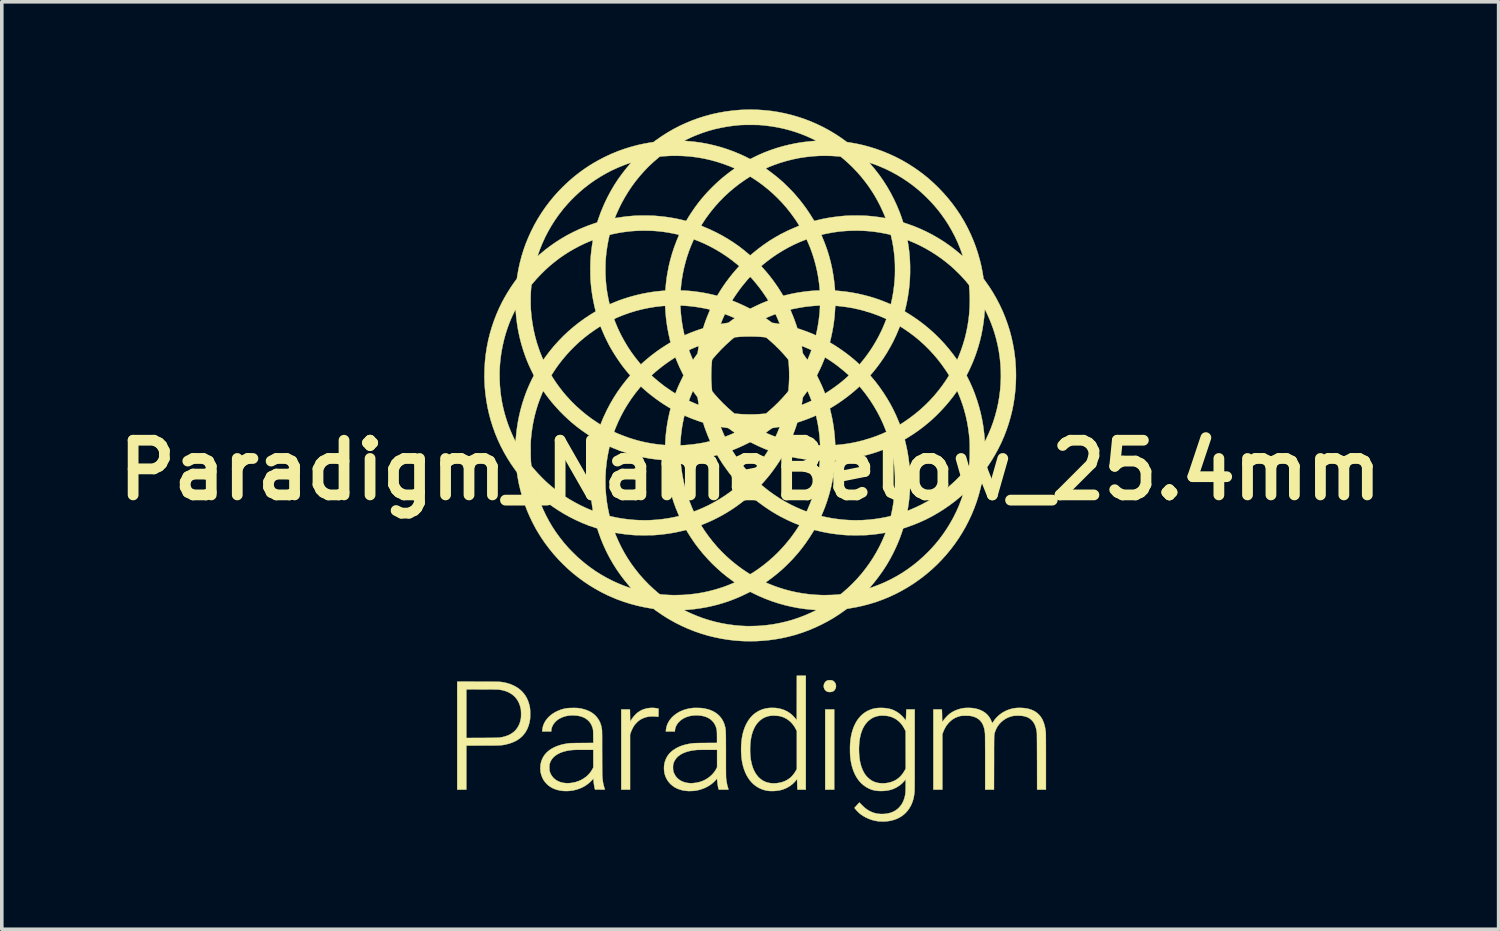
<source format=kicad_pcb>
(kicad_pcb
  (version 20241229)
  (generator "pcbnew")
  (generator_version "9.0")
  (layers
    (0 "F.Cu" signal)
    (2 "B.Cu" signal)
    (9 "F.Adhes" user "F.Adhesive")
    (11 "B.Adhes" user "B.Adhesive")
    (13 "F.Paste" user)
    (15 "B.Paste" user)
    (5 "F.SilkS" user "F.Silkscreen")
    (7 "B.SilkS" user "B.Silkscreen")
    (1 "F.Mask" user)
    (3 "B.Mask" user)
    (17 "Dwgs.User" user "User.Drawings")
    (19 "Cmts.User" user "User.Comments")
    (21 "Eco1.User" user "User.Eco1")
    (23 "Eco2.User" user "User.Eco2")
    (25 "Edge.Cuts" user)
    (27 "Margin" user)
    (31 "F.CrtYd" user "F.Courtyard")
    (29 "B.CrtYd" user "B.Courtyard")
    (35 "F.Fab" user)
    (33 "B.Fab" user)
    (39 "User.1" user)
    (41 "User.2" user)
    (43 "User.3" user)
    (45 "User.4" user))
  (footprint "Paradigm_NameBelow_25.4mm"
    (layer "F.Cu")
    (at 17.86 10.055)
    (property "Reference" "Paradigm_NameBelow_25.4mm" (at 0 0 0) (layer "F.SilkS") (effects (font (size 1.524 1.524) (thickness 0.3))))
    (attr through_hole)
    (fp_poly (pts (xy 2.341 8.903) (xy 2.091 8.903) (xy 2.091 6.668) (xy 2.341 6.668) (xy 2.341 8.903)) (stroke (width 0.01) (type solid)) (fill yes) (layer "F.SilkS"))
    (fp_poly (pts (xy 2.253 5.854) (xy 2.279 5.859) (xy 2.301 5.867) (xy 2.321 5.879) (xy 2.34 5.896) (xy 2.341 5.897) (xy 2.365 5.926) (xy 2.382 5.959) (xy 2.39 5.995) (xy 2.39 6.034) (xy 2.39 6.036) (xy 2.383 6.072) (xy 2.368 6.105) (xy 2.348 6.133) (xy 2.322 6.156) (xy 2.314 6.162) (xy 2.288 6.173) (xy 2.258 6.18) (xy 2.226 6.184) (xy 2.193 6.183) (xy 2.177 6.18) (xy 2.143 6.17) (xy 2.113 6.152) (xy 2.089 6.129) (xy 2.069 6.101) (xy 2.056 6.068) (xy 2.05 6.032) (xy 2.051 5.999) (xy 2.057 5.966) (xy 2.068 5.938) (xy 2.085 5.913) (xy 2.097 5.899) (xy 2.117 5.881) (xy 2.136 5.868) (xy 2.157 5.859) (xy 2.182 5.855) (xy 2.212 5.853) (xy 2.22 5.853) (xy 2.253 5.854)) (stroke (width 0.01) (type solid)) (fill yes) (layer "F.SilkS"))
    (fp_poly (pts (xy -2.684 6.627) (xy -2.638 6.631) (xy -2.597 6.638) (xy -2.574 6.643) (xy -2.555 6.649) (xy -2.556 6.746) (xy -2.557 6.775) (xy -2.557 6.802) (xy -2.558 6.825) (xy -2.559 6.844) (xy -2.559 6.856) (xy -2.56 6.86) (xy -2.562 6.87) (xy -2.565 6.874) (xy -2.573 6.874) (xy -2.577 6.873) (xy -2.617 6.868) (xy -2.66 6.865) (xy -2.705 6.863) (xy -2.751 6.864) (xy -2.794 6.866) (xy -2.832 6.869) (xy -2.853 6.873) (xy -2.913 6.887) (xy -2.972 6.908) (xy -3.028 6.934) (xy -3.078 6.963) (xy -3.099 6.978) (xy -3.132 7.005) (xy -3.165 7.038) (xy -3.197 7.072) (xy -3.226 7.107) (xy -3.238 7.125) (xy -3.262 7.164) (xy -3.286 7.209) (xy -3.308 7.256) (xy -3.326 7.303) (xy -3.331 7.318) (xy -3.349 7.369) (xy -3.349 8.903) (xy -3.594 8.903) (xy -3.594 6.668) (xy -3.473 6.668) (xy -3.437 6.668) (xy -3.407 6.668) (xy -3.385 6.668) (xy -3.37 6.669) (xy -3.359 6.67) (xy -3.354 6.671) (xy -3.352 6.673) (xy -3.352 6.678) (xy -3.352 6.691) (xy -3.351 6.71) (xy -3.351 6.735) (xy -3.35 6.765) (xy -3.35 6.799) (xy -3.349 6.835) (xy -3.349 6.847) (xy -3.346 7.017) (xy -3.333 6.991) (xy -3.309 6.949) (xy -3.279 6.906) (xy -3.245 6.863) (xy -3.208 6.822) (xy -3.171 6.785) (xy -3.135 6.754) (xy -3.132 6.752) (xy -3.075 6.714) (xy -3.016 6.683) (xy -2.953 6.659) (xy -2.886 6.641) (xy -2.829 6.632) (xy -2.781 6.627) (xy -2.732 6.625) (xy -2.684 6.627)) (stroke (width 0.01) (type solid)) (fill yes) (layer "F.SilkS"))
    (fp_poly (pts (xy -7.581 5.894) (xy -7.497 5.894) (xy -7.422 5.894) (xy -7.354 5.895) (xy -7.292 5.895) (xy -7.238 5.895) (xy -7.189 5.895) (xy -7.146 5.896) (xy -7.109 5.896) (xy -7.075 5.897) (xy -7.046 5.897) (xy -7.021 5.898) (xy -6.999 5.899) (xy -6.979 5.9) (xy -6.962 5.901) (xy -6.946 5.903) (xy -6.932 5.905) (xy -6.918 5.906) (xy -6.905 5.909) (xy -6.891 5.911) (xy -6.877 5.914) (xy -6.862 5.916) (xy -6.852 5.918) (xy -6.775 5.936) (xy -6.699 5.96) (xy -6.624 5.99) (xy -6.554 6.024) (xy -6.49 6.062) (xy -6.424 6.11) (xy -6.365 6.163) (xy -6.313 6.221) (xy -6.267 6.284) (xy -6.227 6.353) (xy -6.194 6.427) (xy -6.167 6.506) (xy -6.146 6.591) (xy -6.138 6.642) (xy -6.136 6.66) (xy -6.134 6.685) (xy -6.133 6.715) (xy -6.132 6.748) (xy -6.132 6.784) (xy -6.132 6.821) (xy -6.133 6.856) (xy -6.133 6.889) (xy -6.135 6.917) (xy -6.136 6.939) (xy -6.138 6.949) (xy -6.154 7.037) (xy -6.177 7.119) (xy -6.206 7.195) (xy -6.242 7.266) (xy -6.284 7.331) (xy -6.332 7.391) (xy -6.371 7.431) (xy -6.427 7.478) (xy -6.49 7.521) (xy -6.559 7.559) (xy -6.634 7.592) (xy -6.715 7.62) (xy -6.8 7.642) (xy -6.846 7.652) (xy -6.863 7.655) (xy -6.878 7.658) (xy -6.893 7.66) (xy -6.907 7.662) (xy -6.922 7.664) (xy -6.937 7.666) (xy -6.953 7.667) (xy -6.972 7.668) (xy -6.993 7.67) (xy -7.016 7.67) (xy -7.044 7.671) (xy -7.075 7.672) (xy -7.111 7.672) (xy -7.153 7.673) (xy -7.2 7.673) (xy -7.253 7.673) (xy -7.313 7.673) (xy -7.381 7.674) (xy -7.445 7.674) (xy -7.912 7.675) (xy -7.912 8.903) (xy -8.166 8.903) (xy -8.166 7.464) (xy -7.912 7.464) (xy -7.477 7.462) (xy -7.405 7.462) (xy -7.34 7.461) (xy -7.283 7.461) (xy -7.232 7.461) (xy -7.188 7.46) (xy -7.15 7.46) (xy -7.118 7.459) (xy -7.09 7.459) (xy -7.066 7.458) (xy -7.046 7.457) (xy -7.029 7.457) (xy -7.015 7.456) (xy -7.004 7.455) (xy -6.994 7.454) (xy -6.991 7.453) (xy -6.906 7.439) (xy -6.828 7.419) (xy -6.756 7.394) (xy -6.69 7.363) (xy -6.631 7.326) (xy -6.578 7.284) (xy -6.531 7.236) (xy -6.49 7.183) (xy -6.456 7.123) (xy -6.431 7.069) (xy -6.422 7.043) (xy -6.412 7.011) (xy -6.403 6.977) (xy -6.396 6.942) (xy -6.392 6.921) (xy -6.389 6.901) (xy -6.387 6.874) (xy -6.386 6.842) (xy -6.386 6.807) (xy -6.386 6.771) (xy -6.387 6.737) (xy -6.389 6.704) (xy -6.391 6.677) (xy -6.394 6.657) (xy -6.411 6.583) (xy -6.435 6.513) (xy -6.465 6.448) (xy -6.502 6.388) (xy -6.544 6.334) (xy -6.592 6.286) (xy -6.645 6.244) (xy -6.652 6.24) (xy -6.704 6.208) (xy -6.758 6.181) (xy -6.816 6.158) (xy -6.878 6.14) (xy -6.946 6.125) (xy -6.974 6.12) (xy -6.984 6.119) (xy -6.992 6.118) (xy -7.002 6.116) (xy -7.012 6.115) (xy -7.024 6.115) (xy -7.037 6.114) (xy -7.054 6.113) (xy -7.073 6.113) (xy -7.096 6.112) (xy -7.123 6.112) (xy -7.155 6.111) (xy -7.192 6.111) (xy -7.235 6.111) (xy -7.284 6.111) (xy -7.34 6.11) (xy -7.404 6.11) (xy -7.471 6.11) (xy -7.912 6.108) (xy -7.912 7.464) (xy -8.166 7.464) (xy -8.166 5.892) (xy -7.581 5.894)) (stroke (width 0.01) (type solid)) (fill yes) (layer "F.SilkS"))
    (fp_poly (pts (xy 1.549 8.903) (xy 1.318 8.903) (xy 1.315 8.866) (xy 1.314 8.851) (xy 1.313 8.829) (xy 1.312 8.802) (xy 1.311 8.772) (xy 1.31 8.741) (xy 1.31 8.725) (xy 1.309 8.696) (xy 1.308 8.67) (xy 1.308 8.647) (xy 1.307 8.63) (xy 1.306 8.619) (xy 1.306 8.615) (xy 1.302 8.615) (xy 1.295 8.622) (xy 1.285 8.634) (xy 1.283 8.637) (xy 1.233 8.696) (xy 1.176 8.75) (xy 1.114 8.798) (xy 1.047 8.84) (xy 0.976 8.875) (xy 0.901 8.902) (xy 0.849 8.917) (xy 0.796 8.927) (xy 0.739 8.935) (xy 0.678 8.941) (xy 0.619 8.943) (xy 0.562 8.942) (xy 0.533 8.941) (xy 0.454 8.93) (xy 0.377 8.911) (xy 0.303 8.884) (xy 0.232 8.85) (xy 0.164 8.808) (xy 0.1 8.759) (xy 0.091 8.751) (xy 0.036 8.697) (xy -0.016 8.636) (xy -0.062 8.568) (xy -0.105 8.494) (xy -0.142 8.414) (xy -0.174 8.329) (xy -0.201 8.239) (xy -0.222 8.145) (xy -0.228 8.112) (xy -0.24 8.027) (xy -0.248 7.936) (xy -0.253 7.842) (xy -0.253 7.796) (xy -0.003 7.796) (xy -0.001 7.889) (xy 0.006 7.979) (xy 0.016 8.065) (xy 0.024 8.107) (xy 0.043 8.193) (xy 0.067 8.274) (xy 0.096 8.349) (xy 0.131 8.418) (xy 0.17 8.481) (xy 0.214 8.537) (xy 0.253 8.577) (xy 0.305 8.621) (xy 0.361 8.657) (xy 0.421 8.686) (xy 0.484 8.707) (xy 0.552 8.721) (xy 0.623 8.728) (xy 0.698 8.727) (xy 0.732 8.725) (xy 0.811 8.714) (xy 0.884 8.696) (xy 0.953 8.672) (xy 1.018 8.64) (xy 1.079 8.601) (xy 1.126 8.565) (xy 1.154 8.538) (xy 1.184 8.504) (xy 1.214 8.467) (xy 1.243 8.426) (xy 1.269 8.384) (xy 1.282 8.361) (xy 1.3 8.329) (xy 1.3 7.801) (xy 1.3 7.272) (xy 1.274 7.222) (xy 1.248 7.174) (xy 1.223 7.133) (xy 1.195 7.095) (xy 1.165 7.059) (xy 1.135 7.027) (xy 1.082 6.979) (xy 1.027 6.939) (xy 0.968 6.906) (xy 0.906 6.879) (xy 0.838 6.859) (xy 0.813 6.853) (xy 0.79 6.85) (xy 0.76 6.846) (xy 0.726 6.844) (xy 0.689 6.842) (xy 0.653 6.841) (xy 0.619 6.842) (xy 0.588 6.843) (xy 0.566 6.845) (xy 0.5 6.857) (xy 0.44 6.876) (xy 0.382 6.901) (xy 0.33 6.932) (xy 0.274 6.974) (xy 0.223 7.024) (xy 0.177 7.079) (xy 0.136 7.142) (xy 0.101 7.211) (xy 0.07 7.287) (xy 0.045 7.369) (xy 0.028 7.444) (xy 0.014 7.526) (xy 0.004 7.613) (xy -0.001 7.704) (xy -0.003 7.796) (xy -0.253 7.796) (xy -0.253 7.746) (xy -0.25 7.651) (xy -0.242 7.558) (xy -0.231 7.469) (xy -0.228 7.449) (xy -0.21 7.356) (xy -0.186 7.268) (xy -0.157 7.183) (xy -0.123 7.103) (xy -0.084 7.029) (xy -0.041 6.96) (xy 0.007 6.897) (xy 0.058 6.842) (xy 0.088 6.813) (xy 0.151 6.764) (xy 0.219 6.721) (xy 0.29 6.686) (xy 0.365 6.659) (xy 0.443 6.64) (xy 0.509 6.63) (xy 0.536 6.627) (xy 0.569 6.626) (xy 0.605 6.625) (xy 0.642 6.626) (xy 0.676 6.626) (xy 0.707 6.628) (xy 0.722 6.629) (xy 0.806 6.643) (xy 0.885 6.663) (xy 0.96 6.69) (xy 1.031 6.725) (xy 1.097 6.767) (xy 1.159 6.816) (xy 1.217 6.873) (xy 1.271 6.937) (xy 1.276 6.944) (xy 1.298 6.973) (xy 1.299 6.35) (xy 1.3 5.728) (xy 1.549 5.728) (xy 1.549 8.903)) (stroke (width 0.01) (type solid)) (fill yes) (layer "F.SilkS"))
    (fp_poly (pts (xy 7.6 6.628) (xy 7.682 6.637) (xy 7.759 6.653) (xy 7.829 6.674) (xy 7.895 6.702) (xy 7.954 6.736) (xy 8.008 6.776) (xy 8.056 6.823) (xy 8.099 6.876) (xy 8.136 6.935) (xy 8.167 7.001) (xy 8.193 7.073) (xy 8.214 7.152) (xy 8.229 7.237) (xy 8.238 7.313) (xy 8.238 7.324) (xy 8.239 7.344) (xy 8.24 7.372) (xy 8.24 7.408) (xy 8.24 7.451) (xy 8.241 7.503) (xy 8.241 7.562) (xy 8.241 7.628) (xy 8.242 7.701) (xy 8.242 7.782) (xy 8.242 7.869) (xy 8.242 7.963) (xy 8.242 8.064) (xy 8.242 8.133) (xy 8.242 8.903) (xy 7.997 8.903) (xy 7.996 8.123) (xy 7.995 8.017) (xy 7.995 7.919) (xy 7.995 7.829) (xy 7.994 7.747) (xy 7.994 7.673) (xy 7.994 7.606) (xy 7.993 7.546) (xy 7.993 7.494) (xy 7.992 7.448) (xy 7.992 7.409) (xy 7.992 7.377) (xy 7.991 7.35) (xy 7.99 7.33) (xy 7.99 7.316) (xy 7.989 7.307) (xy 7.989 7.307) (xy 7.977 7.237) (xy 7.962 7.174) (xy 7.943 7.118) (xy 7.92 7.068) (xy 7.893 7.024) (xy 7.862 6.984) (xy 7.842 6.964) (xy 7.81 6.936) (xy 7.778 6.913) (xy 7.744 6.894) (xy 7.706 6.878) (xy 7.662 6.865) (xy 7.612 6.853) (xy 7.61 6.853) (xy 7.594 6.85) (xy 7.578 6.847) (xy 7.562 6.846) (xy 7.544 6.844) (xy 7.523 6.844) (xy 7.496 6.843) (xy 7.462 6.843) (xy 7.461 6.843) (xy 7.426 6.843) (xy 7.397 6.844) (xy 7.374 6.845) (xy 7.356 6.846) (xy 7.34 6.848) (xy 7.325 6.85) (xy 7.322 6.851) (xy 7.249 6.87) (xy 7.18 6.896) (xy 7.115 6.93) (xy 7.054 6.971) (xy 6.997 7.019) (xy 6.983 7.033) (xy 6.936 7.084) (xy 6.897 7.137) (xy 6.865 7.192) (xy 6.838 7.253) (xy 6.825 7.29) (xy 6.821 7.3) (xy 6.818 7.309) (xy 6.815 7.317) (xy 6.813 7.325) (xy 6.811 7.333) (xy 6.808 7.341) (xy 6.807 7.35) (xy 6.805 7.361) (xy 6.803 7.373) (xy 6.802 7.387) (xy 6.801 7.403) (xy 6.8 7.422) (xy 6.799 7.444) (xy 6.799 7.47) (xy 6.798 7.5) (xy 6.798 7.534) (xy 6.797 7.573) (xy 6.797 7.618) (xy 6.797 7.667) (xy 6.796 7.723) (xy 6.796 7.785) (xy 6.796 7.854) (xy 6.796 7.929) (xy 6.796 8.013) (xy 6.796 8.104) (xy 6.796 8.146) (xy 6.794 8.903) (xy 6.549 8.903) (xy 6.549 8.15) (xy 6.549 8.054) (xy 6.549 7.963) (xy 6.549 7.876) (xy 6.549 7.795) (xy 6.548 7.72) (xy 6.548 7.65) (xy 6.548 7.587) (xy 6.547 7.53) (xy 6.547 7.48) (xy 6.547 7.437) (xy 6.546 7.401) (xy 6.546 7.373) (xy 6.545 7.353) (xy 6.545 7.341) (xy 6.545 7.341) (xy 6.536 7.265) (xy 6.522 7.195) (xy 6.502 7.132) (xy 6.477 7.075) (xy 6.446 7.024) (xy 6.409 6.979) (xy 6.367 6.941) (xy 6.319 6.909) (xy 6.265 6.884) (xy 6.24 6.874) (xy 6.21 6.865) (xy 6.183 6.857) (xy 6.156 6.852) (xy 6.127 6.848) (xy 6.095 6.845) (xy 6.059 6.844) (xy 6.016 6.843) (xy 6.005 6.843) (xy 5.964 6.844) (xy 5.93 6.845) (xy 5.902 6.846) (xy 5.877 6.849) (xy 5.853 6.853) (xy 5.83 6.859) (xy 5.806 6.866) (xy 5.791 6.871) (xy 5.728 6.896) (xy 5.667 6.929) (xy 5.61 6.969) (xy 5.557 7.016) (xy 5.509 7.068) (xy 5.466 7.125) (xy 5.44 7.167) (xy 5.417 7.211) (xy 5.394 7.259) (xy 5.375 7.308) (xy 5.368 7.325) (xy 5.355 7.362) (xy 5.355 8.903) (xy 5.105 8.903) (xy 5.105 6.668) (xy 5.341 6.668) (xy 5.344 6.721) (xy 5.345 6.746) (xy 5.346 6.776) (xy 5.347 6.808) (xy 5.347 6.837) (xy 5.347 6.843) (xy 5.348 6.872) (xy 5.348 6.904) (xy 5.349 6.936) (xy 5.35 6.963) (xy 5.35 6.967) (xy 5.353 7.024) (xy 5.372 6.995) (xy 5.399 6.956) (xy 5.432 6.916) (xy 5.467 6.877) (xy 5.504 6.839) (xy 5.54 6.807) (xy 5.561 6.789) (xy 5.624 6.746) (xy 5.693 6.709) (xy 5.766 6.678) (xy 5.842 6.654) (xy 5.921 6.636) (xy 5.97 6.63) (xy 6.001 6.627) (xy 6.037 6.626) (xy 6.077 6.625) (xy 6.117 6.626) (xy 6.156 6.628) (xy 6.189 6.63) (xy 6.198 6.631) (xy 6.276 6.644) (xy 6.351 6.663) (xy 6.42 6.689) (xy 6.484 6.72) (xy 6.531 6.749) (xy 6.563 6.774) (xy 6.596 6.804) (xy 6.627 6.837) (xy 6.654 6.871) (xy 6.663 6.883) (xy 6.679 6.908) (xy 6.692 6.93) (xy 6.703 6.951) (xy 6.714 6.975) (xy 6.726 7.003) (xy 6.729 7.01) (xy 6.747 7.054) (xy 6.771 7.016) (xy 6.821 6.946) (xy 6.877 6.883) (xy 6.938 6.826) (xy 7.005 6.775) (xy 7.076 6.732) (xy 7.152 6.695) (xy 7.218 6.67) (xy 7.273 6.654) (xy 7.325 6.641) (xy 7.378 6.633) (xy 7.433 6.627) (xy 7.494 6.625) (xy 7.511 6.625) (xy 7.6 6.628)) (stroke (width 0.01) (type solid)) (fill yes) (layer "F.SilkS"))
    (fp_poly (pts (xy -1.462 6.626) (xy -1.422 6.628) (xy -1.384 6.629) (xy -1.35 6.632) (xy -1.322 6.635) (xy -1.317 6.636) (xy -1.237 6.651) (xy -1.164 6.669) (xy -1.097 6.693) (xy -1.035 6.72) (xy -0.977 6.753) (xy -0.923 6.791) (xy -0.903 6.808) (xy -0.855 6.853) (xy -0.812 6.905) (xy -0.774 6.963) (xy -0.742 7.025) (xy -0.717 7.091) (xy -0.698 7.16) (xy -0.694 7.178) (xy -0.692 7.191) (xy -0.69 7.204) (xy -0.688 7.217) (xy -0.687 7.231) (xy -0.685 7.246) (xy -0.684 7.264) (xy -0.683 7.284) (xy -0.682 7.306) (xy -0.681 7.332) (xy -0.68 7.361) (xy -0.679 7.395) (xy -0.679 7.433) (xy -0.678 7.476) (xy -0.678 7.524) (xy -0.678 7.579) (xy -0.678 7.639) (xy -0.677 7.707) (xy -0.677 7.782) (xy -0.677 7.864) (xy -0.677 7.933) (xy -0.677 8.025) (xy -0.677 8.11) (xy -0.677 8.189) (xy -0.677 8.261) (xy -0.677 8.327) (xy -0.676 8.385) (xy -0.676 8.436) (xy -0.675 8.48) (xy -0.675 8.516) (xy -0.674 8.545) (xy -0.674 8.565) (xy -0.673 8.577) (xy -0.668 8.618) (xy -0.662 8.662) (xy -0.655 8.705) (xy -0.647 8.747) (xy -0.639 8.786) (xy -0.63 8.82) (xy -0.621 8.848) (xy -0.618 8.855) (xy -0.613 8.87) (xy -0.61 8.884) (xy -0.61 8.89) (xy -0.61 8.903) (xy -0.876 8.903) (xy -0.882 8.883) (xy -0.89 8.855) (xy -0.897 8.821) (xy -0.904 8.78) (xy -0.911 8.734) (xy -0.916 8.685) (xy -0.921 8.633) (xy -0.921 8.631) (xy -0.924 8.594) (xy -0.948 8.623) (xy -0.97 8.646) (xy -0.996 8.673) (xy -1.024 8.699) (xy -1.051 8.724) (xy -1.077 8.745) (xy -1.085 8.751) (xy -1.151 8.796) (xy -1.223 8.836) (xy -1.3 8.871) (xy -1.38 8.899) (xy -1.461 8.921) (xy -1.543 8.935) (xy -1.554 8.936) (xy -1.574 8.938) (xy -1.601 8.94) (xy -1.63 8.941) (xy -1.66 8.942) (xy -1.689 8.943) (xy -1.714 8.943) (xy -1.733 8.943) (xy -1.736 8.942) (xy -1.821 8.934) (xy -1.9 8.919) (xy -1.973 8.898) (xy -2.042 8.871) (xy -2.105 8.838) (xy -2.163 8.798) (xy -2.217 8.752) (xy -2.227 8.742) (xy -2.274 8.689) (xy -2.314 8.632) (xy -2.346 8.571) (xy -2.372 8.507) (xy -2.39 8.439) (xy -2.4 8.369) (xy -2.403 8.298) (xy -2.402 8.285) (xy -2.152 8.285) (xy -2.151 8.325) (xy -2.148 8.36) (xy -2.142 8.392) (xy -2.133 8.423) (xy -2.119 8.455) (xy -2.112 8.469) (xy -2.083 8.521) (xy -2.047 8.567) (xy -2.004 8.608) (xy -1.956 8.643) (xy -1.902 8.672) (xy -1.842 8.695) (xy -1.803 8.706) (xy -1.744 8.718) (xy -1.682 8.724) (xy -1.616 8.724) (xy -1.571 8.72) (xy -1.488 8.709) (xy -1.408 8.69) (xy -1.332 8.664) (xy -1.26 8.631) (xy -1.193 8.592) (xy -1.13 8.546) (xy -1.072 8.494) (xy -1.02 8.437) (xy -0.974 8.374) (xy -0.965 8.359) (xy -0.954 8.34) (xy -0.944 8.321) (xy -0.935 8.304) (xy -0.935 8.304) (xy -0.923 8.278) (xy -0.923 8.036) (xy -0.923 7.794) (xy -1.186 7.794) (xy -1.234 7.794) (xy -1.281 7.794) (xy -1.326 7.794) (xy -1.367 7.795) (xy -1.405 7.795) (xy -1.437 7.796) (xy -1.464 7.796) (xy -1.484 7.797) (xy -1.496 7.798) (xy -1.59 7.809) (xy -1.676 7.825) (xy -1.756 7.845) (xy -1.828 7.87) (xy -1.894 7.899) (xy -1.952 7.933) (xy -2.003 7.971) (xy -2.048 8.013) (xy -2.085 8.061) (xy -2.115 8.112) (xy -2.116 8.116) (xy -2.13 8.146) (xy -2.139 8.173) (xy -2.146 8.201) (xy -2.15 8.231) (xy -2.152 8.265) (xy -2.152 8.285) (xy -2.402 8.285) (xy -2.398 8.225) (xy -2.389 8.171) (xy -2.373 8.111) (xy -2.35 8.051) (xy -2.321 7.993) (xy -2.286 7.939) (xy -2.249 7.893) (xy -2.199 7.845) (xy -2.142 7.8) (xy -2.079 7.759) (xy -2.01 7.722) (xy -1.935 7.69) (xy -1.855 7.663) (xy -1.771 7.641) (xy -1.7 7.627) (xy -1.677 7.623) (xy -1.657 7.62) (xy -1.637 7.617) (xy -1.618 7.614) (xy -1.599 7.612) (xy -1.578 7.61) (xy -1.556 7.609) (xy -1.531 7.608) (xy -1.503 7.607) (xy -1.47 7.606) (xy -1.433 7.605) (xy -1.39 7.605) (xy -1.34 7.604) (xy -1.283 7.604) (xy -1.238 7.603) (xy -0.925 7.601) (xy -0.925 7.442) (xy -0.926 7.395) (xy -0.926 7.355) (xy -0.927 7.321) (xy -0.928 7.293) (xy -0.93 7.269) (xy -0.932 7.247) (xy -0.935 7.228) (xy -0.939 7.209) (xy -0.944 7.19) (xy -0.949 7.173) (xy -0.97 7.117) (xy -0.998 7.064) (xy -1.034 7.015) (xy -1.075 6.971) (xy -1.122 6.933) (xy -1.173 6.903) (xy -1.228 6.878) (xy -1.288 6.859) (xy -1.353 6.845) (xy -1.42 6.836) (xy -1.49 6.833) (xy -1.559 6.835) (xy -1.628 6.842) (xy -1.694 6.855) (xy -1.757 6.874) (xy -1.77 6.878) (xy -1.83 6.904) (xy -1.885 6.934) (xy -1.935 6.97) (xy -1.979 7.009) (xy -2.017 7.051) (xy -2.048 7.097) (xy -2.072 7.144) (xy -2.089 7.194) (xy -2.098 7.245) (xy -2.098 7.251) (xy -2.1 7.268) (xy -2.101 7.278) (xy -2.103 7.283) (xy -2.107 7.284) (xy -2.11 7.284) (xy -2.116 7.283) (xy -2.13 7.283) (xy -2.15 7.282) (xy -2.175 7.282) (xy -2.203 7.281) (xy -2.234 7.281) (xy -2.235 7.281) (xy -2.351 7.281) (xy -2.348 7.244) (xy -2.338 7.179) (xy -2.321 7.116) (xy -2.296 7.054) (xy -2.263 6.995) (xy -2.223 6.939) (xy -2.177 6.886) (xy -2.124 6.837) (xy -2.064 6.791) (xy -1.999 6.75) (xy -1.95 6.724) (xy -1.872 6.691) (xy -1.79 6.664) (xy -1.705 6.644) (xy -1.618 6.631) (xy -1.603 6.629) (xy -1.574 6.627) (xy -1.54 6.626) (xy -1.502 6.626) (xy -1.462 6.626)) (stroke (width 0.01) (type solid)) (fill yes) (layer "F.SilkS"))
    (fp_poly (pts (xy -4.896 6.627) (xy -4.862 6.628) (xy -4.832 6.629) (xy -4.805 6.631) (xy -4.78 6.633) (xy -4.756 6.637) (xy -4.729 6.641) (xy -4.701 6.647) (xy -4.62 6.667) (xy -4.544 6.693) (xy -4.474 6.725) (xy -4.41 6.762) (xy -4.353 6.805) (xy -4.301 6.854) (xy -4.256 6.908) (xy -4.217 6.968) (xy -4.185 7.032) (xy -4.16 7.102) (xy -4.142 7.177) (xy -4.134 7.226) (xy -4.133 7.234) (xy -4.132 7.244) (xy -4.131 7.256) (xy -4.131 7.272) (xy -4.13 7.291) (xy -4.13 7.314) (xy -4.129 7.341) (xy -4.129 7.373) (xy -4.128 7.41) (xy -4.128 7.453) (xy -4.128 7.501) (xy -4.128 7.556) (xy -4.128 7.618) (xy -4.128 7.687) (xy -4.128 7.763) (xy -4.128 7.848) (xy -4.128 7.849) (xy -4.127 7.92) (xy -4.127 7.989) (xy -4.127 8.057) (xy -4.127 8.122) (xy -4.127 8.185) (xy -4.126 8.243) (xy -4.126 8.298) (xy -4.126 8.348) (xy -4.125 8.392) (xy -4.125 8.431) (xy -4.124 8.463) (xy -4.124 8.488) (xy -4.123 8.505) (xy -4.123 8.509) (xy -4.118 8.587) (xy -4.109 8.661) (xy -4.098 8.73) (xy -4.084 8.792) (xy -4.07 8.838) (xy -4.064 8.857) (xy -4.059 8.874) (xy -4.056 8.887) (xy -4.056 8.893) (xy -4.056 8.903) (xy -4.19 8.902) (xy -4.324 8.901) (xy -4.336 8.854) (xy -4.343 8.825) (xy -4.349 8.79) (xy -4.355 8.75) (xy -4.36 8.709) (xy -4.365 8.668) (xy -4.367 8.639) (xy -4.368 8.622) (xy -4.37 8.608) (xy -4.371 8.6) (xy -4.372 8.598) (xy -4.375 8.601) (xy -4.382 8.608) (xy -4.385 8.612) (xy -4.432 8.663) (xy -4.485 8.713) (xy -4.544 8.759) (xy -4.606 8.801) (xy -4.671 8.837) (xy -4.68 8.842) (xy -4.761 8.876) (xy -4.845 8.904) (xy -4.933 8.925) (xy -5.022 8.938) (xy -5.111 8.943) (xy -5.199 8.941) (xy -5.204 8.941) (xy -5.286 8.931) (xy -5.364 8.914) (xy -5.437 8.892) (xy -5.505 8.863) (xy -5.567 8.828) (xy -5.625 8.787) (xy -5.676 8.741) (xy -5.721 8.689) (xy -5.761 8.633) (xy -5.793 8.571) (xy -5.819 8.504) (xy -5.838 8.434) (xy -5.841 8.422) (xy -5.844 8.397) (xy -5.847 8.365) (xy -5.848 8.33) (xy -5.848 8.293) (xy -5.848 8.289) (xy -5.598 8.289) (xy -5.598 8.323) (xy -5.596 8.352) (xy -5.592 8.377) (xy -5.586 8.401) (xy -5.578 8.427) (xy -5.571 8.445) (xy -5.546 8.495) (xy -5.514 8.542) (xy -5.476 8.585) (xy -5.432 8.622) (xy -5.382 8.655) (xy -5.328 8.681) (xy -5.304 8.69) (xy -5.243 8.708) (xy -5.18 8.719) (xy -5.115 8.724) (xy -5.045 8.723) (xy -5.019 8.721) (xy -4.937 8.709) (xy -4.858 8.691) (xy -4.782 8.665) (xy -4.71 8.633) (xy -4.643 8.594) (xy -4.58 8.55) (xy -4.523 8.499) (xy -4.48 8.453) (xy -4.442 8.404) (xy -4.41 8.354) (xy -4.388 8.315) (xy -4.373 8.285) (xy -4.373 7.794) (xy -4.634 7.794) (xy -4.694 7.794) (xy -4.746 7.794) (xy -4.792 7.794) (xy -4.831 7.795) (xy -4.865 7.795) (xy -4.895 7.796) (xy -4.922 7.797) (xy -4.946 7.799) (xy -4.969 7.801) (xy -4.99 7.803) (xy -5.012 7.805) (xy -5.034 7.808) (xy -5.036 7.809) (xy -5.116 7.823) (xy -5.192 7.842) (xy -5.262 7.865) (xy -5.327 7.893) (xy -5.385 7.925) (xy -5.437 7.961) (xy -5.482 8) (xy -5.52 8.044) (xy -5.551 8.091) (xy -5.569 8.127) (xy -5.58 8.156) (xy -5.588 8.183) (xy -5.594 8.209) (xy -5.597 8.237) (xy -5.598 8.269) (xy -5.598 8.289) (xy -5.848 8.289) (xy -5.847 8.257) (xy -5.845 8.224) (xy -5.841 8.197) (xy -5.841 8.194) (xy -5.824 8.122) (xy -5.8 8.056) (xy -5.769 7.995) (xy -5.732 7.937) (xy -5.686 7.884) (xy -5.673 7.87) (xy -5.621 7.823) (xy -5.562 7.78) (xy -5.496 7.742) (xy -5.424 7.707) (xy -5.347 7.678) (xy -5.266 7.653) (xy -5.18 7.633) (xy -5.156 7.629) (xy -5.133 7.625) (xy -5.112 7.621) (xy -5.092 7.618) (xy -5.073 7.615) (xy -5.054 7.613) (xy -5.034 7.611) (xy -5.013 7.61) (xy -4.989 7.608) (xy -4.961 7.607) (xy -4.931 7.607) (xy -4.895 7.606) (xy -4.854 7.605) (xy -4.807 7.605) (xy -4.753 7.605) (xy -4.691 7.604) (xy -4.687 7.604) (xy -4.372 7.602) (xy -4.374 7.426) (xy -4.375 7.38) (xy -4.375 7.342) (xy -4.376 7.31) (xy -4.377 7.283) (xy -4.378 7.261) (xy -4.38 7.243) (xy -4.382 7.226) (xy -4.385 7.211) (xy -4.389 7.197) (xy -4.393 7.182) (xy -4.399 7.165) (xy -4.401 7.159) (xy -4.424 7.102) (xy -4.454 7.049) (xy -4.491 7.002) (xy -4.534 6.96) (xy -4.583 6.924) (xy -4.633 6.896) (xy -4.691 6.872) (xy -4.755 6.854) (xy -4.825 6.841) (xy -4.901 6.835) (xy -4.913 6.834) (xy -4.988 6.834) (xy -5.061 6.841) (xy -5.13 6.853) (xy -5.197 6.872) (xy -5.259 6.896) (xy -5.317 6.925) (xy -5.369 6.959) (xy -5.416 6.999) (xy -5.457 7.043) (xy -5.491 7.091) (xy -5.505 7.116) (xy -5.524 7.158) (xy -5.537 7.197) (xy -5.543 7.236) (xy -5.544 7.249) (xy -5.546 7.267) (xy -5.547 7.277) (xy -5.549 7.283) (xy -5.552 7.284) (xy -5.556 7.284) (xy -5.562 7.283) (xy -5.576 7.283) (xy -5.596 7.282) (xy -5.621 7.282) (xy -5.649 7.281) (xy -5.68 7.281) (xy -5.681 7.281) (xy -5.797 7.281) (xy -5.794 7.242) (xy -5.785 7.178) (xy -5.769 7.117) (xy -5.744 7.057) (xy -5.713 6.999) (xy -5.674 6.944) (xy -5.629 6.891) (xy -5.577 6.843) (xy -5.52 6.798) (xy -5.457 6.757) (xy -5.389 6.721) (xy -5.316 6.69) (xy -5.29 6.68) (xy -5.244 6.665) (xy -5.201 6.653) (xy -5.16 6.644) (xy -5.118 6.637) (xy -5.074 6.632) (xy -5.026 6.629) (xy -4.973 6.628) (xy -4.938 6.627) (xy -4.896 6.627)) (stroke (width 0.01) (type solid)) (fill yes) (layer "F.SilkS"))
    (fp_poly (pts (xy 3.679 6.626) (xy 3.753 6.631) (xy 3.821 6.639) (xy 3.884 6.652) (xy 3.944 6.669) (xy 4.002 6.692) (xy 4.034 6.708) (xy 4.095 6.742) (xy 4.153 6.783) (xy 4.209 6.831) (xy 4.26 6.882) (xy 4.305 6.937) (xy 4.305 6.937) (xy 4.317 6.953) (xy 4.327 6.967) (xy 4.335 6.975) (xy 4.338 6.979) (xy 4.338 6.979) (xy 4.339 6.975) (xy 4.339 6.963) (xy 4.34 6.945) (xy 4.341 6.923) (xy 4.343 6.896) (xy 4.344 6.867) (xy 4.345 6.836) (xy 4.347 6.805) (xy 4.348 6.775) (xy 4.349 6.746) (xy 4.35 6.721) (xy 4.351 6.7) (xy 4.352 6.685) (xy 4.352 6.677) (xy 4.352 6.668) (xy 4.585 6.668) (xy 4.585 7.78) (xy 4.585 7.906) (xy 4.585 8.025) (xy 4.584 8.138) (xy 4.584 8.245) (xy 4.584 8.344) (xy 4.584 8.437) (xy 4.584 8.522) (xy 4.584 8.6) (xy 4.583 8.671) (xy 4.583 8.734) (xy 4.583 8.79) (xy 4.582 8.838) (xy 4.582 8.878) (xy 4.581 8.909) (xy 4.581 8.933) (xy 4.581 8.949) (xy 4.58 8.954) (xy 4.57 9.047) (xy 4.554 9.135) (xy 4.532 9.218) (xy 4.502 9.296) (xy 4.479 9.347) (xy 4.438 9.419) (xy 4.392 9.485) (xy 4.339 9.545) (xy 4.281 9.599) (xy 4.218 9.646) (xy 4.149 9.687) (xy 4.075 9.722) (xy 3.996 9.749) (xy 3.912 9.771) (xy 3.823 9.785) (xy 3.82 9.785) (xy 3.789 9.788) (xy 3.753 9.79) (xy 3.714 9.791) (xy 3.673 9.791) (xy 3.634 9.79) (xy 3.599 9.789) (xy 3.569 9.786) (xy 3.562 9.785) (xy 3.472 9.769) (xy 3.384 9.746) (xy 3.3 9.715) (xy 3.219 9.678) (xy 3.142 9.634) (xy 3.071 9.585) (xy 3.056 9.573) (xy 3.039 9.558) (xy 3.019 9.54) (xy 2.999 9.52) (xy 2.979 9.499) (xy 2.959 9.478) (xy 2.942 9.458) (xy 2.927 9.44) (xy 2.916 9.426) (xy 2.909 9.415) (xy 2.908 9.411) (xy 2.911 9.407) (xy 2.919 9.398) (xy 2.931 9.384) (xy 2.946 9.367) (xy 2.964 9.347) (xy 2.975 9.336) (xy 2.993 9.315) (xy 3.01 9.297) (xy 3.025 9.282) (xy 3.035 9.271) (xy 3.041 9.264) (xy 3.042 9.263) (xy 3.045 9.265) (xy 3.053 9.273) (xy 3.066 9.285) (xy 3.081 9.301) (xy 3.099 9.319) (xy 3.106 9.326) (xy 3.127 9.347) (xy 3.148 9.368) (xy 3.168 9.387) (xy 3.185 9.403) (xy 3.198 9.414) (xy 3.199 9.415) (xy 3.263 9.463) (xy 3.331 9.503) (xy 3.402 9.535) (xy 3.476 9.559) (xy 3.552 9.575) (xy 3.631 9.583) (xy 3.711 9.583) (xy 3.793 9.575) (xy 3.842 9.567) (xy 3.912 9.549) (xy 3.977 9.524) (xy 4.038 9.492) (xy 4.094 9.453) (xy 4.144 9.408) (xy 4.189 9.357) (xy 4.229 9.3) (xy 4.262 9.237) (xy 4.289 9.169) (xy 4.305 9.114) (xy 4.311 9.089) (xy 4.316 9.066) (xy 4.321 9.042) (xy 4.324 9.017) (xy 4.327 8.99) (xy 4.329 8.96) (xy 4.331 8.925) (xy 4.332 8.885) (xy 4.333 8.839) (xy 4.333 8.793) (xy 4.335 8.617) (xy 4.324 8.63) (xy 4.317 8.638) (xy 4.305 8.651) (xy 4.292 8.667) (xy 4.283 8.677) (xy 4.233 8.729) (xy 4.176 8.777) (xy 4.114 8.82) (xy 4.048 8.857) (xy 3.979 8.887) (xy 3.943 8.9) (xy 3.888 8.915) (xy 3.834 8.927) (xy 3.777 8.935) (xy 3.717 8.94) (xy 3.651 8.942) (xy 3.647 8.942) (xy 3.578 8.94) (xy 3.516 8.934) (xy 3.457 8.924) (xy 3.402 8.91) (xy 3.348 8.891) (xy 3.312 8.875) (xy 3.241 8.838) (xy 3.175 8.793) (xy 3.113 8.742) (xy 3.056 8.684) (xy 3.005 8.62) (xy 2.958 8.549) (xy 2.917 8.472) (xy 2.881 8.39) (xy 2.85 8.301) (xy 2.825 8.208) (xy 2.805 8.108) (xy 2.791 8.004) (xy 2.786 7.944) (xy 2.784 7.912) (xy 2.783 7.874) (xy 2.782 7.832) (xy 2.782 7.787) (xy 2.782 7.785) (xy 3.031 7.785) (xy 3.034 7.894) (xy 3.042 7.996) (xy 3.055 8.092) (xy 3.074 8.182) (xy 3.098 8.265) (xy 3.128 8.343) (xy 3.163 8.415) (xy 3.197 8.471) (xy 3.227 8.512) (xy 3.263 8.552) (xy 3.303 8.59) (xy 3.345 8.624) (xy 3.389 8.653) (xy 3.431 8.676) (xy 3.432 8.676) (xy 3.491 8.699) (xy 3.556 8.716) (xy 3.624 8.725) (xy 3.696 8.728) (xy 3.768 8.725) (xy 3.846 8.713) (xy 3.92 8.695) (xy 3.989 8.67) (xy 4.053 8.638) (xy 4.113 8.598) (xy 4.168 8.552) (xy 4.219 8.498) (xy 4.265 8.437) (xy 4.306 8.369) (xy 4.314 8.356) (xy 4.335 8.315) (xy 4.334 7.795) (xy 4.333 7.275) (xy 4.307 7.224) (xy 4.268 7.154) (xy 4.224 7.09) (xy 4.176 7.034) (xy 4.124 6.986) (xy 4.068 6.944) (xy 4.007 6.909) (xy 3.941 6.88) (xy 3.894 6.865) (xy 3.854 6.856) (xy 3.809 6.848) (xy 3.76 6.843) (xy 3.71 6.841) (xy 3.66 6.841) (xy 3.614 6.844) (xy 3.586 6.847) (xy 3.52 6.861) (xy 3.458 6.882) (xy 3.4 6.91) (xy 3.345 6.946) (xy 3.292 6.989) (xy 3.267 7.014) (xy 3.219 7.069) (xy 3.177 7.131) (xy 3.14 7.199) (xy 3.109 7.274) (xy 3.082 7.355) (xy 3.062 7.443) (xy 3.046 7.537) (xy 3.036 7.638) (xy 3.031 7.745) (xy 3.031 7.785) (xy 2.782 7.785) (xy 2.782 7.742) (xy 2.782 7.699) (xy 2.784 7.66) (xy 2.785 7.627) (xy 2.786 7.622) (xy 2.796 7.515) (xy 2.812 7.412) (xy 2.834 7.316) (xy 2.861 7.224) (xy 2.893 7.139) (xy 2.931 7.06) (xy 2.973 6.986) (xy 3.021 6.919) (xy 3.073 6.859) (xy 3.13 6.804) (xy 3.192 6.757) (xy 3.259 6.716) (xy 3.33 6.683) (xy 3.383 6.663) (xy 3.434 6.648) (xy 3.485 6.638) (xy 3.539 6.63) (xy 3.597 6.627) (xy 3.66 6.626) (xy 3.679 6.626)) (stroke (width 0.01) (type solid)) (fill yes) (layer "F.SilkS"))
    (fp_poly (pts (xy 0.205 -10.045) (xy 0.396 -10.032) (xy 0.586 -10.012) (xy 0.775 -9.983) (xy 0.962 -9.946) (xy 1.147 -9.901) (xy 1.33 -9.848) (xy 1.511 -9.788) (xy 1.689 -9.72) (xy 1.863 -9.644) (xy 2.035 -9.561) (xy 2.203 -9.47) (xy 2.367 -9.372) (xy 2.527 -9.267) (xy 2.623 -9.198) (xy 2.696 -9.145) (xy 2.782 -9.132) (xy 2.972 -9.098) (xy 3.161 -9.056) (xy 3.346 -9.005) (xy 3.53 -8.947) (xy 3.71 -8.881) (xy 3.888 -8.807) (xy 4.062 -8.726) (xy 4.233 -8.637) (xy 4.4 -8.54) (xy 4.564 -8.435) (xy 4.686 -8.351) (xy 4.836 -8.239) (xy 4.982 -8.119) (xy 5.123 -7.992) (xy 5.259 -7.86) (xy 5.39 -7.721) (xy 5.515 -7.578) (xy 5.634 -7.429) (xy 5.746 -7.276) (xy 5.851 -7.12) (xy 5.866 -7.095) (xy 5.965 -6.931) (xy 6.056 -6.762) (xy 6.139 -6.59) (xy 6.215 -6.414) (xy 6.284 -6.235) (xy 6.344 -6.054) (xy 6.397 -5.87) (xy 6.442 -5.685) (xy 6.478 -5.498) (xy 6.494 -5.398) (xy 6.503 -5.338) (xy 6.555 -5.267) (xy 6.667 -5.107) (xy 6.771 -4.943) (xy 6.867 -4.775) (xy 6.956 -4.604) (xy 7.037 -4.43) (xy 7.11 -4.252) (xy 7.175 -4.072) (xy 7.233 -3.889) (xy 7.282 -3.703) (xy 7.323 -3.515) (xy 7.357 -3.324) (xy 7.382 -3.132) (xy 7.393 -3.01) (xy 7.405 -2.816) (xy 7.408 -2.623) (xy 7.403 -2.43) (xy 7.39 -2.238) (xy 7.369 -2.047) (xy 7.34 -1.857) (xy 7.303 -1.669) (xy 7.257 -1.483) (xy 7.204 -1.299) (xy 7.143 -1.119) (xy 7.075 -0.941) (xy 7.074 -0.94) (xy 7 -0.77) (xy 6.918 -0.603) (xy 6.828 -0.438) (xy 6.732 -0.277) (xy 6.63 -0.121) (xy 6.552 -0.011) (xy 6.537 0.009) (xy 6.524 0.027) (xy 6.514 0.042) (xy 6.507 0.052) (xy 6.504 0.057) (xy 6.503 0.062) (xy 6.501 0.075) (xy 6.498 0.093) (xy 6.494 0.115) (xy 6.49 0.141) (xy 6.49 0.146) (xy 6.456 0.334) (xy 6.415 0.519) (xy 6.366 0.703) (xy 6.309 0.883) (xy 6.244 1.061) (xy 6.172 1.235) (xy 6.092 1.407) (xy 6.006 1.574) (xy 5.912 1.738) (xy 5.811 1.898) (xy 5.704 2.053) (xy 5.59 2.204) (xy 5.469 2.351) (xy 5.342 2.492) (xy 5.21 2.628) (xy 5.071 2.759) (xy 4.926 2.883) (xy 4.775 3.003) (xy 4.619 3.115) (xy 4.557 3.158) (xy 4.393 3.262) (xy 4.225 3.359) (xy 4.055 3.448) (xy 3.881 3.529) (xy 3.704 3.602) (xy 3.524 3.668) (xy 3.34 3.725) (xy 3.153 3.775) (xy 2.963 3.817) (xy 2.783 3.849) (xy 2.695 3.864) (xy 2.62 3.918) (xy 2.469 4.024) (xy 2.312 4.124) (xy 2.15 4.217) (xy 1.983 4.304) (xy 1.813 4.384) (xy 1.641 4.457) (xy 1.466 4.522) (xy 1.418 4.538) (xy 1.241 4.594) (xy 1.062 4.641) (xy 0.882 4.681) (xy 0.7 4.713) (xy 0.515 4.738) (xy 0.326 4.755) (xy 0.212 4.762) (xy 0.179 4.764) (xy 0.138 4.765) (xy 0.093 4.765) (xy 0.044 4.766) (xy -0.007 4.766) (xy -0.057 4.766) (xy -0.106 4.765) (xy -0.152 4.765) (xy -0.193 4.763) (xy -0.226 4.762) (xy -0.422 4.748) (xy -0.615 4.726) (xy -0.806 4.695) (xy -0.996 4.656) (xy -1.183 4.61) (xy -1.367 4.555) (xy -1.549 4.492) (xy -1.729 4.421) (xy -1.905 4.342) (xy -2.079 4.256) (xy -2.249 4.161) (xy -2.29 4.137) (xy -2.339 4.107) (xy -2.392 4.073) (xy -2.448 4.037) (xy -2.503 4) (xy -2.556 3.963) (xy -2.606 3.929) (xy -2.62 3.918) (xy -2.647 3.898) (xy -1.841 3.898) (xy -1.838 3.902) (xy -1.827 3.908) (xy -1.81 3.917) (xy -1.788 3.928) (xy -1.761 3.941) (xy -1.731 3.955) (xy -1.697 3.971) (xy -1.662 3.987) (xy -1.626 4.003) (xy -1.589 4.019) (xy -1.552 4.034) (xy -1.517 4.049) (xy -1.484 4.063) (xy -1.475 4.066) (xy -1.31 4.128) (xy -1.142 4.181) (xy -0.973 4.227) (xy -0.801 4.266) (xy -0.626 4.297) (xy -0.447 4.321) (xy -0.265 4.338) (xy -0.127 4.345) (xy -0.103 4.346) (xy -0.073 4.346) (xy -0.036 4.346) (xy 0.004 4.346) (xy 0.047 4.345) (xy 0.09 4.344) (xy 0.134 4.343) (xy 0.175 4.342) (xy 0.214 4.34) (xy 0.247 4.339) (xy 0.273 4.337) (xy 0.459 4.32) (xy 0.642 4.295) (xy 0.823 4.261) (xy 1.001 4.22) (xy 1.177 4.171) (xy 1.35 4.113) (xy 1.521 4.048) (xy 1.69 3.974) (xy 1.708 3.966) (xy 1.745 3.948) (xy 1.775 3.934) (xy 1.799 3.922) (xy 1.817 3.913) (xy 1.829 3.907) (xy 1.837 3.902) (xy 1.841 3.899) (xy 1.841 3.898) (xy 1.838 3.896) (xy 1.828 3.895) (xy 1.818 3.895) (xy 1.807 3.894) (xy 1.788 3.893) (xy 1.765 3.892) (xy 1.74 3.89) (xy 1.718 3.888) (xy 1.523 3.868) (xy 1.33 3.84) (xy 1.141 3.803) (xy 0.954 3.759) (xy 0.77 3.707) (xy 0.589 3.647) (xy 0.41 3.579) (xy 0.233 3.503) (xy 0.096 3.437) (xy -0.000083 3.389) (xy -0.096 3.437) (xy -0.271 3.52) (xy -0.448 3.594) (xy -0.627 3.661) (xy -0.809 3.719) (xy -0.993 3.769) (xy -1.181 3.812) (xy -1.371 3.846) (xy -1.564 3.873) (xy -1.718 3.888) (xy -1.745 3.89) (xy -1.77 3.892) (xy -1.792 3.894) (xy -1.809 3.894) (xy -1.818 3.895) (xy -1.831 3.895) (xy -1.84 3.897) (xy -1.841 3.898) (xy -2.647 3.898) (xy -2.695 3.864) (xy -2.771 3.852) (xy -2.964 3.817) (xy -3.154 3.775) (xy -3.341 3.725) (xy -3.524 3.668) (xy -3.703 3.603) (xy -3.803 3.562) (xy -3.979 3.485) (xy -4.15 3.4) (xy -4.317 3.307) (xy -4.481 3.208) (xy -4.639 3.102) (xy -4.793 2.989) (xy -4.943 2.87) (xy -5.087 2.744) (xy -5.225 2.612) (xy -5.358 2.475) (xy -5.485 2.332) (xy -5.606 2.183) (xy -5.721 2.03) (xy -5.829 1.871) (xy -5.931 1.707) (xy -5.984 1.615) (xy -6.071 1.45) (xy -6.152 1.28) (xy -6.226 1.106) (xy -6.292 0.929) (xy -6.351 0.749) (xy -6.371 0.679) (xy -5.931 0.679) (xy -5.93 0.685) (xy -5.926 0.697) (xy -5.92 0.715) (xy -5.912 0.737) (xy -5.903 0.763) (xy -5.893 0.791) (xy -5.883 0.819) (xy -5.873 0.847) (xy -5.863 0.874) (xy -5.854 0.899) (xy -5.846 0.919) (xy -5.844 0.923) (xy -5.773 1.092) (xy -5.694 1.258) (xy -5.608 1.42) (xy -5.515 1.577) (xy -5.414 1.731) (xy -5.305 1.88) (xy -5.19 2.025) (xy -5.075 2.157) (xy -5.05 2.184) (xy -5.02 2.215) (xy -4.986 2.25) (xy -4.95 2.286) (xy -4.913 2.323) (xy -4.876 2.359) (xy -4.841 2.393) (xy -4.808 2.425) (xy -4.778 2.452) (xy -4.762 2.466) (xy -4.619 2.587) (xy -4.472 2.701) (xy -4.322 2.807) (xy -4.167 2.905) (xy -4.008 2.996) (xy -3.846 3.08) (xy -3.681 3.155) (xy -3.592 3.192) (xy -3.569 3.201) (xy -3.542 3.212) (xy -3.513 3.223) (xy -3.482 3.234) (xy -3.452 3.245) (xy -3.422 3.256) (xy -3.394 3.266) (xy -3.37 3.275) (xy -3.349 3.282) (xy -3.334 3.287) (xy -3.325 3.289) (xy -3.324 3.289) (xy -3.325 3.286) (xy -3.331 3.278) (xy -3.341 3.265) (xy -3.354 3.249) (xy -3.37 3.23) (xy -3.371 3.229) (xy -3.496 3.077) (xy -3.614 2.922) (xy -3.725 2.762) (xy -3.828 2.599) (xy -3.923 2.433) (xy -4.011 2.262) (xy -4.091 2.087) (xy -4.164 1.909) (xy -4.223 1.745) (xy -3.77 1.745) (xy -3.769 1.75) (xy -3.766 1.761) (xy -3.76 1.777) (xy -3.752 1.797) (xy -3.745 1.814) (xy -3.672 1.983) (xy -3.592 2.148) (xy -3.504 2.31) (xy -3.409 2.467) (xy -3.307 2.62) (xy -3.197 2.768) (xy -3.082 2.912) (xy -2.959 3.05) (xy -2.939 3.071) (xy -2.821 3.192) (xy -2.699 3.307) (xy -2.603 3.391) (xy -2.579 3.411) (xy -2.56 3.428) (xy -2.545 3.44) (xy -2.533 3.448) (xy -2.522 3.454) (xy -2.512 3.458) (xy -2.5 3.461) (xy -2.487 3.462) (xy -2.47 3.464) (xy -2.459 3.465) (xy -2.429 3.468) (xy -2.392 3.47) (xy -2.352 3.473) (xy -2.31 3.476) (xy -2.268 3.478) (xy -2.228 3.48) (xy -2.194 3.481) (xy -2.193 3.481) (xy -2.171 3.482) (xy -2.141 3.482) (xy -2.107 3.482) (xy -2.069 3.482) (xy -2.029 3.481) (xy -1.988 3.48) (xy -1.948 3.479) (xy -1.911 3.478) (xy -1.878 3.477) (xy -1.851 3.476) (xy -1.848 3.475) (xy -1.665 3.46) (xy -1.486 3.438) (xy -1.31 3.408) (xy -1.135 3.369) (xy -0.961 3.323) (xy -0.787 3.269) (xy -0.773 3.264) (xy -0.745 3.254) (xy -0.714 3.243) (xy -0.682 3.231) (xy -0.648 3.218) (xy -0.613 3.205) (xy -0.58 3.191) (xy -0.547 3.178) (xy -0.517 3.166) (xy -0.49 3.155) (xy -0.467 3.145) (xy -0.45 3.137) (xy -0.438 3.131) (xy -0.432 3.127) (xy -0.432 3.127) (xy 0.432 3.127) (xy 0.435 3.129) (xy 0.444 3.135) (xy 0.46 3.142) (xy 0.481 3.151) (xy 0.507 3.162) (xy 0.536 3.174) (xy 0.569 3.187) (xy 0.603 3.201) (xy 0.638 3.214) (xy 0.673 3.228) (xy 0.708 3.241) (xy 0.742 3.253) (xy 0.773 3.264) (xy 0.779 3.266) (xy 0.949 3.32) (xy 1.121 3.366) (xy 1.294 3.405) (xy 1.47 3.435) (xy 1.649 3.459) (xy 1.831 3.474) (xy 1.979 3.481) (xy 2.003 3.482) (xy 2.033 3.482) (xy 2.069 3.482) (xy 2.108 3.482) (xy 2.149 3.481) (xy 2.19 3.48) (xy 2.23 3.479) (xy 2.267 3.478) (xy 2.299 3.477) (xy 2.322 3.475) (xy 2.358 3.473) (xy 2.394 3.471) (xy 2.428 3.468) (xy 2.459 3.465) (xy 2.485 3.463) (xy 2.504 3.461) (xy 2.505 3.46) (xy 2.512 3.459) (xy 2.521 3.455) (xy 2.531 3.449) (xy 2.544 3.44) (xy 2.561 3.426) (xy 2.579 3.411) (xy 2.718 3.289) (xy 3.323 3.289) (xy 3.323 3.289) (xy 3.328 3.288) (xy 3.34 3.284) (xy 3.357 3.278) (xy 3.379 3.271) (xy 3.404 3.262) (xy 3.413 3.259) (xy 3.588 3.193) (xy 3.758 3.121) (xy 3.923 3.041) (xy 4.084 2.954) (xy 4.241 2.86) (xy 4.393 2.758) (xy 4.541 2.649) (xy 4.684 2.534) (xy 4.823 2.41) (xy 4.958 2.28) (xy 5.049 2.185) (xy 5.167 2.053) (xy 5.279 1.915) (xy 5.385 1.771) (xy 5.485 1.623) (xy 5.578 1.471) (xy 5.665 1.315) (xy 5.744 1.156) (xy 5.816 0.994) (xy 5.879 0.83) (xy 5.903 0.763) (xy 5.911 0.738) (xy 5.919 0.716) (xy 5.925 0.698) (xy 5.929 0.685) (xy 5.931 0.679) (xy 5.931 0.679) (xy 5.928 0.681) (xy 5.919 0.688) (xy 5.906 0.699) (xy 5.89 0.713) (xy 5.871 0.729) (xy 5.866 0.733) (xy 5.716 0.858) (xy 5.56 0.975) (xy 5.401 1.085) (xy 5.237 1.188) (xy 5.07 1.284) (xy 4.899 1.372) (xy 4.724 1.452) (xy 4.545 1.525) (xy 4.364 1.59) (xy 4.319 1.605) (xy 4.263 1.623) (xy 4.248 1.672) (xy 4.237 1.704) (xy 4.224 1.743) (xy 4.209 1.786) (xy 4.193 1.83) (xy 4.177 1.875) (xy 4.161 1.918) (xy 4.145 1.957) (xy 4.139 1.973) (xy 4.063 2.15) (xy 3.98 2.323) (xy 3.89 2.492) (xy 3.793 2.657) (xy 3.688 2.817) (xy 3.576 2.974) (xy 3.456 3.128) (xy 3.371 3.229) (xy 3.355 3.248) (xy 3.341 3.264) (xy 3.331 3.277) (xy 3.325 3.286) (xy 3.323 3.289) (xy 2.718 3.289) (xy 2.719 3.289) (xy 2.852 3.161) (xy 2.98 3.027) (xy 3.101 2.889) (xy 3.215 2.745) (xy 3.323 2.596) (xy 3.424 2.443) (xy 3.518 2.285) (xy 3.605 2.123) (xy 3.684 1.958) (xy 3.745 1.814) (xy 3.754 1.792) (xy 3.761 1.773) (xy 3.767 1.758) (xy 3.77 1.748) (xy 3.77 1.745) (xy 3.766 1.745) (xy 3.754 1.747) (xy 3.737 1.749) (xy 3.715 1.752) (xy 3.69 1.756) (xy 3.689 1.756) (xy 3.608 1.769) (xy 3.531 1.78) (xy 3.453 1.789) (xy 3.373 1.797) (xy 3.289 1.805) (xy 3.243 1.809) (xy 3.219 1.81) (xy 3.189 1.811) (xy 3.152 1.812) (xy 3.11 1.813) (xy 3.064 1.813) (xy 3.016 1.814) (xy 2.966 1.814) (xy 2.916 1.814) (xy 2.867 1.814) (xy 2.819 1.813) (xy 2.775 1.813) (xy 2.735 1.812) (xy 2.701 1.811) (xy 2.673 1.809) (xy 2.659 1.809) (xy 2.525 1.797) (xy 2.399 1.783) (xy 2.277 1.767) (xy 2.16 1.748) (xy 2.046 1.726) (xy 1.933 1.701) (xy 1.867 1.685) (xy 1.842 1.679) (xy 1.82 1.674) (xy 1.802 1.669) (xy 1.79 1.666) (xy 1.784 1.665) (xy 1.784 1.665) (xy 1.782 1.669) (xy 1.776 1.679) (xy 1.767 1.693) (xy 1.756 1.712) (xy 1.744 1.731) (xy 1.649 1.882) (xy 1.547 2.031) (xy 1.439 2.177) (xy 1.325 2.318) (xy 1.217 2.44) (xy 1.186 2.474) (xy 1.15 2.512) (xy 1.111 2.552) (xy 1.069 2.594) (xy 1.027 2.636) (xy 0.985 2.677) (xy 0.944 2.716) (xy 0.906 2.751) (xy 0.872 2.782) (xy 0.861 2.792) (xy 0.772 2.868) (xy 0.682 2.941) (xy 0.592 3.011) (xy 0.504 3.076) (xy 0.487 3.088) (xy 0.468 3.101) (xy 0.453 3.112) (xy 0.44 3.121) (xy 0.433 3.126) (xy 0.432 3.127) (xy -0.432 3.127) (xy -0.436 3.124) (xy -0.446 3.117) (xy -0.46 3.107) (xy -0.477 3.095) (xy -0.487 3.088) (xy -0.636 2.978) (xy -0.781 2.861) (xy -0.922 2.736) (xy -1.059 2.606) (xy -1.19 2.469) (xy -1.316 2.327) (xy -1.436 2.18) (xy -1.529 2.057) (xy -1.563 2.009) (xy -1.6 1.955) (xy -1.638 1.899) (xy -1.675 1.842) (xy -1.71 1.786) (xy -1.743 1.734) (xy -1.767 1.692) (xy -1.778 1.676) (xy -1.786 1.667) (xy -1.79 1.666) (xy -1.799 1.668) (xy -1.814 1.673) (xy -1.835 1.678) (xy -1.861 1.684) (xy -1.89 1.691) (xy -1.921 1.698) (xy -1.952 1.705) (xy -1.983 1.712) (xy -2.012 1.719) (xy -2.038 1.724) (xy -2.051 1.727) (xy -2.136 1.743) (xy -2.22 1.758) (xy -2.303 1.771) (xy -2.388 1.782) (xy -2.477 1.792) (xy -2.57 1.801) (xy -2.659 1.809) (xy -2.682 1.81) (xy -2.712 1.811) (xy -2.749 1.812) (xy -2.791 1.813) (xy -2.836 1.813) (xy -2.884 1.814) (xy -2.934 1.814) (xy -2.984 1.814) (xy -3.034 1.814) (xy -3.081 1.813) (xy -3.125 1.813) (xy -3.166 1.812) (xy -3.2 1.811) (xy -3.229 1.809) (xy -3.243 1.809) (xy -3.331 1.801) (xy -3.413 1.793) (xy -3.491 1.785) (xy -3.568 1.774) (xy -3.647 1.763) (xy -3.689 1.756) (xy -3.714 1.752) (xy -3.736 1.749) (xy -3.753 1.747) (xy -3.765 1.745) (xy -3.77 1.745) (xy -3.77 1.745) (xy -4.223 1.745) (xy -4.229 1.726) (xy -4.23 1.725) (xy -4.264 1.622) (xy -4.32 1.604) (xy -4.502 1.541) (xy -4.521 1.534) (xy -1.367 1.534) (xy -1.365 1.539) (xy -1.358 1.551) (xy -1.348 1.568) (xy -1.335 1.59) (xy -1.318 1.615) (xy -1.3 1.644) (xy -1.28 1.674) (xy -1.263 1.7) (xy -1.156 1.849) (xy -1.043 1.994) (xy -0.924 2.134) (xy -0.798 2.268) (xy -0.666 2.397) (xy -0.528 2.52) (xy -0.385 2.636) (xy -0.238 2.746) (xy -0.085 2.849) (xy -0.082 2.851) (xy -0.059 2.865) (xy -0.039 2.878) (xy -0.022 2.889) (xy -0.009 2.896) (xy -0.002 2.899) (xy -0.001 2.9) (xy 0.004 2.898) (xy 0.015 2.891) (xy 0.031 2.882) (xy 0.051 2.87) (xy 0.073 2.857) (xy 0.078 2.854) (xy 0.226 2.755) (xy 0.37 2.648) (xy 0.51 2.535) (xy 0.646 2.415) (xy 0.776 2.29) (xy 0.901 2.158) (xy 1.02 2.021) (xy 1.133 1.88) (xy 1.239 1.734) (xy 1.263 1.7) (xy 1.284 1.668) (xy 1.304 1.637) (xy 1.322 1.609) (xy 1.338 1.584) (xy 1.351 1.564) (xy 1.36 1.548) (xy 1.366 1.537) (xy 1.367 1.534) (xy 1.364 1.53) (xy 1.354 1.525) (xy 1.339 1.519) (xy 1.33 1.515) (xy 1.253 1.485) (xy 1.17 1.45) (xy 1.084 1.411) (xy 0.996 1.369) (xy 0.908 1.324) (xy 0.821 1.278) (xy 0.82 1.278) (xy 1.983 1.278) (xy 1.988 1.279) (xy 2 1.283) (xy 2.018 1.287) (xy 2.042 1.292) (xy 2.069 1.299) (xy 2.1 1.305) (xy 2.125 1.311) (xy 2.28 1.34) (xy 2.438 1.363) (xy 2.598 1.381) (xy 2.759 1.392) (xy 2.918 1.396) (xy 3.075 1.394) (xy 3.118 1.393) (xy 3.3 1.381) (xy 3.479 1.361) (xy 3.653 1.334) (xy 3.823 1.301) (xy 3.874 1.289) (xy 3.919 1.278) (xy 3.931 1.231) (xy 3.963 1.08) (xy 3.989 0.925) (xy 4.011 0.765) (xy 4.027 0.601) (xy 4.028 0.576) (xy 4.031 0.538) (xy 4.033 0.493) (xy 4.034 0.443) (xy 4.035 0.39) (xy 4.036 0.335) (xy 4.036 0.28) (xy 4.035 0.226) (xy 4.035 0.175) (xy 4.033 0.129) (xy 4.032 0.089) (xy 4.031 0.074) (xy 4.015 -0.105) (xy 3.994 -0.279) (xy 3.965 -0.448) (xy 3.939 -0.576) (xy 3.933 -0.603) (xy 3.928 -0.624) (xy 3.924 -0.638) (xy 3.922 -0.647) (xy 3.92 -0.653) (xy 3.918 -0.655) (xy 3.916 -0.656) (xy 3.915 -0.656) (xy 3.91 -0.655) (xy 3.899 -0.65) (xy 3.883 -0.644) (xy 3.864 -0.636) (xy 3.862 -0.635) (xy 3.7 -0.568) (xy 3.534 -0.508) (xy 3.363 -0.454) (xy 3.191 -0.407) (xy 3.016 -0.366) (xy 2.842 -0.332) (xy 2.667 -0.306) (xy 2.495 -0.288) (xy 2.464 -0.285) (xy 2.437 -0.283) (xy 2.412 -0.281) (xy 2.392 -0.28) (xy 2.377 -0.278) (xy 2.369 -0.277) (xy 2.368 -0.277) (xy 2.366 -0.272) (xy 2.363 -0.261) (xy 2.361 -0.243) (xy 2.36 -0.232) (xy 2.344 -0.05) (xy 2.32 0.132) (xy 2.287 0.315) (xy 2.248 0.496) (xy 2.2 0.676) (xy 2.146 0.853) (xy 2.085 1.026) (xy 2.019 1.19) (xy 2.009 1.215) (xy 1.999 1.237) (xy 1.992 1.256) (xy 1.986 1.269) (xy 1.983 1.277) (xy 1.983 1.278) (xy 0.82 1.278) (xy 0.736 1.231) (xy 0.656 1.184) (xy 0.652 1.182) (xy 0.574 1.133) (xy 0.494 1.081) (xy 0.413 1.026) (xy 0.333 0.969) (xy 0.255 0.912) (xy 0.181 0.855) (xy 0.111 0.799) (xy 0.048 0.745) (xy 0.035 0.734) (xy 0.022 0.722) (xy 0.01 0.713) (xy 0.002 0.708) (xy 0 0.707) (xy -0.005 0.71) (xy -0.015 0.717) (xy -0.028 0.727) (xy -0.035 0.734) (xy -0.084 0.776) (xy -0.14 0.822) (xy -0.2 0.869) (xy -0.263 0.917) (xy -0.328 0.966) (xy -0.393 1.013) (xy -0.458 1.058) (xy -0.521 1.099) (xy -0.54 1.112) (xy -0.654 1.183) (xy -0.773 1.252) (xy -0.894 1.317) (xy -1.016 1.379) (xy -1.137 1.435) (xy -1.256 1.486) (xy -1.309 1.507) (xy -1.33 1.515) (xy -1.347 1.523) (xy -1.36 1.529) (xy -1.367 1.533) (xy -1.367 1.534) (xy -4.521 1.534) (xy -4.681 1.471) (xy -4.856 1.392) (xy -5.028 1.306) (xy -5.197 1.212) (xy -5.361 1.111) (xy -5.522 1.003) (xy -5.678 0.887) (xy -5.83 0.764) (xy -5.866 0.733) (xy -5.886 0.716) (xy -5.903 0.702) (xy -5.917 0.69) (xy -5.926 0.682) (xy -5.931 0.679) (xy -5.931 0.679) (xy -6.371 0.679) (xy -6.402 0.568) (xy -6.446 0.385) (xy -6.481 0.201) (xy -6.49 0.146) (xy -6.494 0.12) (xy -6.497 0.097) (xy -6.5 0.078) (xy -6.503 0.064) (xy -6.504 0.057) (xy -6.504 0.057) (xy -6.507 0.052) (xy -6.514 0.042) (xy -6.525 0.027) (xy -6.538 0.009) (xy -6.552 -0.011) (xy -6.663 -0.17) (xy -6.767 -0.333) (xy -6.863 -0.5) (xy -6.916 -0.602) (xy -6.119 -0.602) (xy -6.119 -0.55) (xy -6.119 -0.497) (xy -6.119 -0.446) (xy -6.118 -0.397) (xy -6.117 -0.352) (xy -6.115 -0.311) (xy -6.114 -0.275) (xy -6.112 -0.247) (xy -6.112 -0.241) (xy -6.109 -0.207) (xy -6.106 -0.179) (xy -6.104 -0.158) (xy -6.102 -0.142) (xy -6.099 -0.129) (xy -6.095 -0.119) (xy -6.09 -0.109) (xy -6.084 -0.1) (xy -6.075 -0.09) (xy -6.065 -0.078) (xy -6.063 -0.075) (xy -6.017 -0.021) (xy -5.966 0.037) (xy -5.912 0.096) (xy -5.856 0.155) (xy -5.8 0.213) (xy -5.744 0.268) (xy -5.69 0.32) (xy -5.639 0.366) (xy -5.626 0.378) (xy -5.485 0.497) (xy -5.34 0.609) (xy -5.193 0.713) (xy -5.042 0.809) (xy -4.886 0.899) (xy -4.726 0.983) (xy -4.561 1.06) (xy -4.447 1.108) (xy -4.427 1.116) (xy -4.409 1.122) (xy -4.396 1.127) (xy -4.389 1.13) (xy -4.388 1.13) (xy -4.387 1.126) (xy -4.388 1.115) (xy -4.39 1.097) (xy -4.393 1.073) (xy -4.397 1.049) (xy -4.41 0.963) (xy -4.422 0.877) (xy -4.433 0.786) (xy -4.442 0.691) (xy -4.45 0.591) (xy -4.451 0.566) (xy -4.453 0.534) (xy -4.454 0.496) (xy -4.454 0.454) (xy -4.455 0.407) (xy -4.455 0.359) (xy -4.455 0.332) (xy -4.037 0.332) (xy -4.032 0.515) (xy -4.018 0.697) (xy -3.997 0.878) (xy -3.967 1.057) (xy -3.931 1.231) (xy -3.919 1.278) (xy -3.864 1.291) (xy -3.712 1.324) (xy -3.557 1.35) (xy -3.397 1.371) (xy -3.237 1.386) (xy -3.077 1.394) (xy -2.918 1.396) (xy -2.783 1.393) (xy -2.615 1.382) (xy -2.449 1.365) (xy -2.287 1.341) (xy -2.129 1.312) (xy -2.125 1.311) (xy -2.093 1.304) (xy -2.063 1.297) (xy -2.036 1.291) (xy -2.014 1.286) (xy -1.997 1.282) (xy -1.986 1.279) (xy -1.983 1.278) (xy -1.984 1.274) (xy -1.988 1.263) (xy -1.995 1.247) (xy -2.003 1.227) (xy -2.011 1.209) (xy -2.076 1.051) (xy -2.135 0.888) (xy -2.188 0.72) (xy -2.234 0.549) (xy -2.275 0.376) (xy -2.308 0.202) (xy -2.334 0.027) (xy -2.354 -0.146) (xy -2.36 -0.232) (xy -2.362 -0.252) (xy -2.364 -0.263) (xy -1.939 -0.263) (xy -1.939 -0.251) (xy -1.938 -0.233) (xy -1.936 -0.21) (xy -1.934 -0.183) (xy -1.931 -0.153) (xy -1.928 -0.122) (xy -1.924 -0.091) (xy -1.921 -0.061) (xy -1.92 -0.051) (xy -1.892 0.133) (xy -1.857 0.314) (xy -1.814 0.493) (xy -1.762 0.669) (xy -1.703 0.842) (xy -1.636 1.012) (xy -1.628 1.031) (xy -1.613 1.066) (xy -1.601 1.093) (xy -1.591 1.115) (xy -1.584 1.13) (xy -1.578 1.141) (xy -1.574 1.148) (xy -1.572 1.151) (xy -1.57 1.151) (xy -1.565 1.15) (xy -1.553 1.146) (xy -1.537 1.14) (xy -1.517 1.132) (xy -1.504 1.128) (xy -1.339 1.06) (xy -1.176 0.984) (xy -1.016 0.9) (xy -0.859 0.809) (xy -0.705 0.711) (xy -0.556 0.605) (xy -0.411 0.493) (xy -0.365 0.456) (xy -0.347 0.44) (xy -0.331 0.427) (xy -0.319 0.416) (xy -0.311 0.408) (xy -0.309 0.406) (xy 0.309 0.406) (xy 0.312 0.409) (xy 0.321 0.417) (xy 0.334 0.429) (xy 0.35 0.443) (xy 0.365 0.456) (xy 0.511 0.572) (xy 0.662 0.681) (xy 0.816 0.783) (xy 0.974 0.877) (xy 1.136 0.964) (xy 1.302 1.043) (xy 1.473 1.116) (xy 1.49 1.122) (xy 1.514 1.131) (xy 1.535 1.139) (xy 1.552 1.145) (xy 1.564 1.149) (xy 1.57 1.15) (xy 1.57 1.15) (xy 1.573 1.146) (xy 1.58 1.136) (xy 1.588 1.12) (xy 1.597 1.101) (xy 1.602 1.09) (xy 1.671 0.926) (xy 1.733 0.758) (xy 1.787 0.586) (xy 1.834 0.412) (xy 1.873 0.235) (xy 1.905 0.056) (xy 1.926 -0.104) (xy 1.929 -0.132) (xy 1.932 -0.162) (xy 1.934 -0.19) (xy 1.936 -0.214) (xy 1.937 -0.225) (xy 1.94 -0.27) (xy 1.894 -0.273) (xy 1.825 -0.277) (xy 1.763 -0.281) (xy 1.707 -0.285) (xy 1.655 -0.29) (xy 1.605 -0.295) (xy 1.556 -0.3) (xy 1.507 -0.306) (xy 1.455 -0.313) (xy 1.441 -0.315) (xy 1.273 -0.343) (xy 1.107 -0.376) (xy 0.982 -0.406) (xy 0.92 -0.422) (xy 0.88 -0.356) (xy 0.809 -0.241) (xy 0.732 -0.126) (xy 0.651 -0.012) (xy 0.568 0.1) (xy 0.482 0.206) (xy 0.396 0.307) (xy 0.36 0.346) (xy 0.344 0.364) (xy 0.33 0.381) (xy 0.318 0.394) (xy 0.311 0.402) (xy 0.309 0.406) (xy -0.309 0.406) (xy -0.312 0.402) (xy -0.319 0.393) (xy -0.331 0.379) (xy -0.345 0.363) (xy -0.36 0.346) (xy -0.443 0.253) (xy -0.526 0.153) (xy -0.607 0.048) (xy -0.686 -0.06) (xy -0.762 -0.168) (xy -0.832 -0.277) (xy -0.897 -0.383) (xy -0.903 -0.394) (xy -0.919 -0.421) (xy -1 -0.401) (xy -1.154 -0.366) (xy -1.313 -0.336) (xy -1.475 -0.311) (xy -1.64 -0.292) (xy -1.805 -0.278) (xy -1.852 -0.275) (xy -1.878 -0.274) (xy -1.901 -0.272) (xy -1.919 -0.271) (xy -1.932 -0.27) (xy -1.938 -0.269) (xy -1.938 -0.269) (xy -1.939 -0.263) (xy -2.364 -0.263) (xy -2.364 -0.267) (xy -2.367 -0.276) (xy -2.368 -0.277) (xy -2.374 -0.278) (xy -2.386 -0.279) (xy -2.405 -0.281) (xy -2.428 -0.283) (xy -2.454 -0.285) (xy -2.464 -0.285) (xy -2.636 -0.303) (xy -2.81 -0.327) (xy -2.985 -0.359) (xy -3.159 -0.399) (xy -3.332 -0.445) (xy -3.503 -0.498) (xy -3.668 -0.556) (xy -0.503 -0.556) (xy -0.502 -0.552) (xy -0.496 -0.542) (xy -0.487 -0.527) (xy -0.475 -0.508) (xy -0.46 -0.485) (xy -0.444 -0.459) (xy -0.426 -0.433) (xy -0.408 -0.405) (xy -0.402 -0.396) (xy -0.326 -0.287) (xy -0.246 -0.18) (xy -0.164 -0.077) (xy -0.123 -0.028) (xy -0.099 0.000078) (xy -0.076 0.026) (xy -0.055 0.049) (xy -0.036 0.07) (xy -0.021 0.086) (xy -0.009 0.098) (xy -0.002 0.105) (xy 0 0.106) (xy 0.004 0.103) (xy 0.013 0.095) (xy 0.024 0.083) (xy 0.038 0.068) (xy 0.04 0.067) (xy 0.116 -0.02) (xy 0.193 -0.113) (xy 0.269 -0.211) (xy 0.343 -0.31) (xy 0.402 -0.396) (xy 0.42 -0.423) (xy 0.438 -0.451) (xy 0.455 -0.476) (xy 0.47 -0.5) (xy 0.483 -0.521) (xy 0.493 -0.538) (xy 0.5 -0.55) (xy 0.503 -0.556) (xy 0.503 -0.556) (xy 0.499 -0.558) (xy 0.488 -0.562) (xy 0.473 -0.568) (xy 0.459 -0.573) (xy 0.399 -0.597) (xy 0.334 -0.625) (xy 0.265 -0.655) (xy 0.194 -0.688) (xy 0.124 -0.722) (xy 0 -0.783) (xy -0.124 -0.722) (xy -0.195 -0.688) (xy -0.266 -0.655) (xy -0.335 -0.625) (xy -0.4 -0.597) (xy -0.459 -0.573) (xy -0.477 -0.567) (xy -0.491 -0.561) (xy -0.5 -0.557) (xy -0.503 -0.556) (xy -3.668 -0.556) (xy -3.67 -0.557) (xy -3.833 -0.622) (xy -3.862 -0.635) (xy -3.881 -0.643) (xy -3.897 -0.649) (xy -3.909 -0.654) (xy -3.915 -0.656) (xy -3.915 -0.656) (xy -3.917 -0.656) (xy -3.919 -0.654) (xy -3.921 -0.651) (xy -3.923 -0.644) (xy -3.926 -0.632) (xy -3.93 -0.615) (xy -3.935 -0.591) (xy -3.939 -0.576) (xy -3.975 -0.396) (xy -4.003 -0.215) (xy -4.022 -0.033) (xy -4.033 0.149) (xy -4.037 0.332) (xy -4.455 0.332) (xy -4.455 0.309) (xy -4.455 0.259) (xy -4.455 0.21) (xy -4.454 0.164) (xy -4.454 0.121) (xy -4.453 0.083) (xy -4.451 0.052) (xy -4.45 0.028) (xy -4.439 -0.107) (xy -4.425 -0.235) (xy -4.409 -0.357) (xy -4.39 -0.476) (xy -4.367 -0.594) (xy -4.346 -0.693) (xy -1.949 -0.693) (xy -1.878 -0.696) (xy -1.851 -0.697) (xy -1.818 -0.699) (xy -1.782 -0.702) (xy -1.746 -0.705) (xy -1.715 -0.707) (xy -1.617 -0.717) (xy -1.52 -0.73) (xy -1.426 -0.744) (xy -1.338 -0.759) (xy -1.321 -0.762) (xy -1.304 -0.766) (xy -1.282 -0.77) (xy -1.258 -0.775) (xy -1.232 -0.781) (xy -1.206 -0.787) (xy -1.181 -0.792) (xy -1.158 -0.797) (xy -1.14 -0.801) (xy -1.126 -0.804) (xy -1.119 -0.806) (xy -1.119 -0.806) (xy 1.119 -0.806) (xy 1.123 -0.805) (xy 1.135 -0.802) (xy 1.152 -0.798) (xy 1.173 -0.794) (xy 1.198 -0.788) (xy 1.225 -0.782) (xy 1.252 -0.777) (xy 1.278 -0.771) (xy 1.302 -0.766) (xy 1.323 -0.762) (xy 1.331 -0.76) (xy 1.393 -0.749) (xy 1.458 -0.739) (xy 1.526 -0.729) (xy 1.595 -0.72) (xy 1.663 -0.712) (xy 1.729 -0.706) (xy 1.792 -0.701) (xy 1.85 -0.697) (xy 1.901 -0.695) (xy 1.905 -0.695) (xy 1.949 -0.694) (xy 1.946 -0.757) (xy 1.94 -0.854) (xy 1.931 -0.956) (xy 1.919 -1.058) (xy 1.906 -1.16) (xy 1.89 -1.257) (xy 1.881 -1.306) (xy 1.877 -1.328) (xy 1.872 -1.353) (xy 1.866 -1.38) (xy 1.86 -1.408) (xy 1.854 -1.436) (xy 1.849 -1.461) (xy 1.844 -1.484) (xy 1.839 -1.502) (xy 1.836 -1.515) (xy 1.835 -1.521) (xy 1.835 -1.521) (xy 1.83 -1.521) (xy 1.82 -1.518) (xy 1.809 -1.513) (xy 1.75 -1.487) (xy 1.685 -1.461) (xy 1.616 -1.434) (xy 1.546 -1.407) (xy 1.475 -1.382) (xy 1.407 -1.359) (xy 1.401 -1.356) (xy 1.313 -1.328) (xy 1.287 -1.247) (xy 1.262 -1.173) (xy 1.234 -1.095) (xy 1.204 -1.016) (xy 1.174 -0.94) (xy 1.155 -0.896) (xy 1.144 -0.87) (xy 1.135 -0.848) (xy 1.127 -0.829) (xy 1.122 -0.815) (xy 1.119 -0.808) (xy 1.119 -0.806) (xy -1.119 -0.806) (xy -1.12 -0.81) (xy -1.124 -0.821) (xy -1.13 -0.837) (xy -1.139 -0.858) (xy -1.149 -0.882) (xy -1.155 -0.896) (xy -1.185 -0.969) (xy -1.215 -1.046) (xy -1.245 -1.125) (xy -1.272 -1.202) (xy -1.273 -1.205) (xy -0.82 -1.205) (xy -0.819 -1.201) (xy -0.815 -1.19) (xy -0.809 -1.173) (xy -0.801 -1.152) (xy -0.791 -1.128) (xy -0.78 -1.101) (xy -0.769 -1.073) (xy -0.757 -1.046) (xy -0.746 -1.02) (xy -0.735 -0.996) (xy -0.733 -0.99) (xy -0.706 -0.932) (xy -0.684 -0.94) (xy -0.67 -0.945) (xy -0.652 -0.952) (xy -0.632 -0.959) (xy -0.623 -0.963) (xy -0.595 -0.974) (xy -0.566 -0.985) (xy -0.538 -0.997) (xy -0.511 -1.009) (xy -0.487 -1.019) (xy -0.466 -1.029) (xy -0.449 -1.037) (xy -0.439 -1.042) (xy -0.435 -1.046) (xy -0.435 -1.046) (xy 0.435 -1.046) (xy 0.437 -1.043) (xy 0.447 -1.038) (xy 0.462 -1.03) (xy 0.483 -1.021) (xy 0.507 -1.01) (xy 0.534 -0.999) (xy 0.564 -0.987) (xy 0.594 -0.974) (xy 0.625 -0.962) (xy 0.646 -0.954) (xy 0.705 -0.932) (xy 0.711 -0.943) (xy 0.715 -0.951) (xy 0.721 -0.965) (xy 0.729 -0.983) (xy 0.739 -1.004) (xy 0.744 -1.016) (xy 0.756 -1.042) (xy 0.767 -1.07) (xy 0.779 -1.098) (xy 0.79 -1.125) (xy 0.8 -1.149) (xy 0.808 -1.171) (xy 0.815 -1.188) (xy 0.819 -1.2) (xy 0.82 -1.205) (xy 0.82 -1.205) (xy 0.815 -1.205) (xy 0.804 -1.204) (xy 0.786 -1.201) (xy 0.765 -1.198) (xy 0.74 -1.194) (xy 0.74 -1.194) (xy 0.714 -1.19) (xy 0.688 -1.186) (xy 0.666 -1.182) (xy 0.648 -1.18) (xy 0.638 -1.178) (xy 0.63 -1.177) (xy 0.623 -1.176) (xy 0.615 -1.173) (xy 0.606 -1.168) (xy 0.594 -1.16) (xy 0.578 -1.15) (xy 0.558 -1.136) (xy 0.532 -1.117) (xy 0.526 -1.112) (xy 0.502 -1.095) (xy 0.48 -1.079) (xy 0.462 -1.066) (xy 0.447 -1.055) (xy 0.438 -1.048) (xy 0.435 -1.046) (xy -0.435 -1.046) (xy -0.439 -1.049) (xy -0.449 -1.057) (xy -0.464 -1.068) (xy -0.483 -1.082) (xy -0.506 -1.098) (xy -0.526 -1.112) (xy -0.553 -1.132) (xy -0.574 -1.147) (xy -0.591 -1.158) (xy -0.603 -1.166) (xy -0.613 -1.172) (xy -0.621 -1.175) (xy -0.629 -1.177) (xy -0.636 -1.178) (xy -0.638 -1.178) (xy -0.65 -1.18) (xy -0.669 -1.183) (xy -0.692 -1.186) (xy -0.718 -1.19) (xy -0.74 -1.194) (xy -0.765 -1.198) (xy -0.786 -1.201) (xy -0.804 -1.204) (xy -0.815 -1.205) (xy -0.82 -1.205) (xy -0.82 -1.205) (xy -1.273 -1.205) (xy -1.287 -1.247) (xy -1.313 -1.328) (xy -1.401 -1.356) (xy -1.468 -1.379) (xy -1.538 -1.405) (xy -1.609 -1.431) (xy -1.678 -1.458) (xy -1.743 -1.485) (xy -1.803 -1.51) (xy -1.809 -1.513) (xy -1.821 -1.518) (xy -1.831 -1.521) (xy -1.835 -1.521) (xy -1.836 -1.515) (xy -1.839 -1.503) (xy -1.843 -1.485) (xy -1.848 -1.463) (xy -1.854 -1.437) (xy -1.86 -1.41) (xy -1.866 -1.382) (xy -1.871 -1.355) (xy -1.877 -1.329) (xy -1.881 -1.307) (xy -1.881 -1.306) (xy -1.898 -1.211) (xy -1.913 -1.111) (xy -1.925 -1.008) (xy -1.936 -0.905) (xy -1.943 -0.804) (xy -1.946 -0.756) (xy -1.949 -0.693) (xy -4.346 -0.693) (xy -4.342 -0.71) (xy -4.327 -0.772) (xy -4.32 -0.798) (xy -4.315 -0.82) (xy -4.311 -0.838) (xy -4.308 -0.851) (xy -4.307 -0.857) (xy -4.307 -0.858) (xy -4.31 -0.86) (xy -4.32 -0.866) (xy -4.335 -0.875) (xy -4.353 -0.886) (xy -4.372 -0.897) (xy -4.529 -0.995) (xy -4.638 -1.07) (xy -3.793 -1.07) (xy -3.789 -1.066) (xy -3.778 -1.06) (xy -3.761 -1.051) (xy -3.738 -1.041) (xy -3.71 -1.029) (xy -3.678 -1.015) (xy -3.643 -1.001) (xy -3.605 -0.986) (xy -3.566 -0.97) (xy -3.525 -0.955) (xy -3.485 -0.94) (xy -3.445 -0.925) (xy -3.407 -0.911) (xy -3.37 -0.899) (xy -3.338 -0.888) (xy -3.235 -0.856) (xy -3.135 -0.827) (xy -3.035 -0.802) (xy -2.935 -0.779) (xy -2.833 -0.759) (xy -2.727 -0.741) (xy -2.617 -0.725) (xy -2.502 -0.712) (xy -2.379 -0.699) (xy -2.376 -0.699) (xy -2.373 -0.703) (xy -2.371 -0.714) (xy -2.369 -0.729) (xy -2.368 -0.746) (xy -2.366 -0.769) (xy -2.365 -0.793) (xy -2.364 -0.811) (xy -2.357 -0.926) (xy -2.345 -1.047) (xy -2.33 -1.17) (xy -2.311 -1.294) (xy -2.289 -1.416) (xy -2.286 -1.431) (xy -2.28 -1.458) (xy -2.274 -1.489) (xy -2.267 -1.522) (xy -2.259 -1.556) (xy -2.252 -1.589) (xy -2.244 -1.621) (xy -2.237 -1.65) (xy -2.231 -1.676) (xy -2.226 -1.696) (xy -2.222 -1.71) (xy -2.221 -1.715) (xy -2.222 -1.719) (xy -2.228 -1.725) (xy -2.241 -1.734) (xy -2.26 -1.745) (xy -2.349 -1.799) (xy -2.441 -1.858) (xy -2.535 -1.922) (xy -2.555 -1.937) (xy -1.709 -1.937) (xy -1.69 -1.927) (xy -1.677 -1.92) (xy -1.659 -1.912) (xy -1.636 -1.902) (xy -1.611 -1.891) (xy -1.583 -1.879) (xy -1.555 -1.867) (xy -1.528 -1.855) (xy -1.502 -1.845) (xy -1.479 -1.835) (xy -1.46 -1.828) (xy -1.446 -1.823) (xy -1.439 -1.82) (xy -1.438 -1.82) (xy -1.435 -1.824) (xy -1.435 -1.824) (xy -1.436 -1.83) (xy -1.438 -1.842) (xy -1.44 -1.86) (xy -1.444 -1.882) (xy -1.447 -1.904) (xy -1.452 -1.93) (xy -1.456 -1.956) (xy -1.459 -1.978) (xy -1.462 -1.996) (xy -1.463 -2.004) (xy -1.465 -2.015) (xy -1.467 -2.025) (xy -1.472 -2.035) (xy -1.479 -2.047) (xy -1.49 -2.063) (xy -1.5 -2.076) (xy -1.517 -2.099) (xy -1.535 -2.124) (xy -1.553 -2.149) (xy -1.566 -2.167) (xy -1.578 -2.183) (xy -1.587 -2.196) (xy -1.595 -2.205) (xy -1.598 -2.209) (xy -1.598 -2.209) (xy -1.6 -2.204) (xy -1.606 -2.193) (xy -1.613 -2.176) (xy -1.622 -2.155) (xy -1.632 -2.131) (xy -1.642 -2.105) (xy -1.653 -2.079) (xy -1.664 -2.053) (xy -1.673 -2.029) (xy -1.682 -2.008) (xy -1.683 -2.004) (xy -1.709 -1.937) (xy -2.555 -1.937) (xy -2.629 -1.989) (xy -2.721 -2.059) (xy -2.811 -2.129) (xy -2.896 -2.2) (xy -2.976 -2.27) (xy -3.007 -2.298) (xy -3.021 -2.311) (xy -3.034 -2.322) (xy -3.043 -2.33) (xy -3.047 -2.332) (xy -3.051 -2.329) (xy -3.059 -2.321) (xy -3.069 -2.309) (xy -3.075 -2.302) (xy -3.194 -2.155) (xy -3.305 -2.004) (xy -3.408 -1.849) (xy -3.504 -1.691) (xy -3.592 -1.529) (xy -3.673 -1.364) (xy -3.745 -1.195) (xy -3.766 -1.143) (xy -3.775 -1.12) (xy -3.782 -1.1) (xy -3.788 -1.084) (xy -3.792 -1.074) (xy -3.793 -1.07) (xy -4.638 -1.07) (xy -4.682 -1.1) (xy -4.83 -1.211) (xy -4.972 -1.327) (xy -4.987 -1.34) (xy -5.087 -1.429) (xy -5.188 -1.524) (xy -5.288 -1.624) (xy -5.385 -1.728) (xy -5.478 -1.833) (xy -5.548 -1.916) (xy -5.567 -1.94) (xy -5.59 -1.969) (xy -5.615 -2.001) (xy -5.641 -2.035) (xy -5.668 -2.07) (xy -5.693 -2.104) (xy -5.715 -2.135) (xy -5.734 -2.161) (xy -5.743 -2.173) (xy -5.753 -2.187) (xy -5.762 -2.199) (xy -5.768 -2.205) (xy -5.771 -2.206) (xy -5.773 -2.202) (xy -5.778 -2.191) (xy -5.786 -2.174) (xy -5.794 -2.154) (xy -5.803 -2.134) (xy -5.865 -1.977) (xy -5.921 -1.821) (xy -5.969 -1.663) (xy -6.011 -1.505) (xy -6.046 -1.343) (xy -6.075 -1.178) (xy -6.098 -1.009) (xy -6.114 -0.845) (xy -6.115 -0.818) (xy -6.117 -0.785) (xy -6.118 -0.745) (xy -6.119 -0.701) (xy -6.119 -0.652) (xy -6.119 -0.602) (xy -6.916 -0.602) (xy -6.952 -0.67) (xy -7.033 -0.843) (xy -7.106 -1.02) (xy -7.171 -1.2) (xy -7.229 -1.382) (xy -7.279 -1.567) (xy -7.321 -1.754) (xy -7.354 -1.944) (xy -7.38 -2.135) (xy -7.398 -2.327) (xy -7.407 -2.522) (xy -7.408 -2.621) (xy -6.987 -2.621) (xy -6.985 -2.519) (xy -6.977 -2.36) (xy -6.964 -2.207) (xy -6.945 -2.058) (xy -6.921 -1.91) (xy -6.891 -1.764) (xy -6.855 -1.617) (xy -6.834 -1.542) (xy -6.803 -1.438) (xy -6.768 -1.331) (xy -6.73 -1.225) (xy -6.688 -1.119) (xy -6.645 -1.017) (xy -6.601 -0.92) (xy -6.56 -0.836) (xy -6.538 -0.794) (xy -6.537 -0.815) (xy -6.537 -0.825) (xy -6.535 -0.842) (xy -6.534 -0.865) (xy -6.531 -0.892) (xy -6.529 -0.921) (xy -6.528 -0.937) (xy -6.508 -1.121) (xy -6.481 -1.306) (xy -6.446 -1.489) (xy -6.404 -1.67) (xy -6.354 -1.85) (xy -6.297 -2.026) (xy -6.234 -2.199) (xy -6.163 -2.367) (xy -6.086 -2.531) (xy -6.056 -2.589) (xy -6.03 -2.639) (xy -6.031 -2.641) (xy -5.542 -2.641) (xy -5.507 -2.585) (xy -5.438 -2.479) (xy -5.364 -2.372) (xy -5.285 -2.267) (xy -5.204 -2.164) (xy -5.122 -2.068) (xy -5.112 -2.057) (xy -4.985 -1.919) (xy -4.852 -1.788) (xy -4.713 -1.664) (xy -4.57 -1.546) (xy -4.421 -1.434) (xy -4.267 -1.33) (xy -4.225 -1.303) (xy -4.173 -1.27) (xy -4.14 -1.351) (xy -4.127 -1.383) (xy -4.112 -1.42) (xy -4.096 -1.457) (xy -4.081 -1.493) (xy -4.071 -1.513) (xy -3.99 -1.685) (xy -3.901 -1.853) (xy -3.804 -2.019) (xy -3.701 -2.18) (xy -3.59 -2.336) (xy -3.473 -2.488) (xy -3.385 -2.594) (xy -3.344 -2.641) (xy -3.345 -2.643) (xy -2.75 -2.643) (xy -2.739 -2.631) (xy -2.726 -2.618) (xy -2.707 -2.6) (xy -2.683 -2.579) (xy -2.655 -2.555) (xy -2.624 -2.528) (xy -2.591 -2.5) (xy -2.556 -2.471) (xy -2.52 -2.442) (xy -2.485 -2.414) (xy -2.45 -2.387) (xy -2.418 -2.362) (xy -2.392 -2.342) (xy -2.37 -2.326) (xy -2.345 -2.308) (xy -2.317 -2.289) (xy -2.288 -2.269) (xy -2.257 -2.248) (xy -2.227 -2.227) (xy -2.198 -2.208) (xy -2.17 -2.189) (xy -2.145 -2.173) (xy -2.123 -2.159) (xy -2.106 -2.148) (xy -2.094 -2.141) (xy -2.087 -2.138) (xy -2.087 -2.138) (xy -2.085 -2.142) (xy -2.08 -2.152) (xy -2.073 -2.168) (xy -2.065 -2.188) (xy -2.056 -2.211) (xy -2.056 -2.211) (xy -2.028 -2.28) (xy -1.998 -2.349) (xy -1.967 -2.418) (xy -1.932 -2.492) (xy -1.911 -2.535) (xy -1.879 -2.601) (xy -1.087 -2.601) (xy -1.085 -2.514) (xy -1.084 -2.513) (xy -1.083 -2.468) (xy -1.08 -2.424) (xy -1.078 -2.381) (xy -1.075 -2.341) (xy -1.073 -2.304) (xy -1.07 -2.271) (xy -1.067 -2.244) (xy -1.065 -2.224) (xy -1.062 -2.211) (xy -1.062 -2.21) (xy -1.058 -2.201) (xy -1.048 -2.186) (xy -1.032 -2.166) (xy -1.012 -2.141) (xy -1.001 -2.127) (xy -0.88 -1.991) (xy -0.753 -1.86) (xy -0.62 -1.734) (xy -0.492 -1.622) (xy -0.44 -1.578) (xy -0.354 -1.57) (xy -0.236 -1.561) (xy -0.114 -1.556) (xy 0.01 -1.554) (xy 0.13 -1.556) (xy 0.179 -1.558) (xy 0.214 -1.56) (xy 0.252 -1.562) (xy 0.291 -1.565) (xy 0.328 -1.568) (xy 0.356 -1.57) (xy 0.44 -1.578) (xy 0.492 -1.622) (xy 0.599 -1.716) (xy 2.22 -1.716) (xy 2.221 -1.715) (xy 2.223 -1.706) (xy 2.228 -1.689) (xy 2.233 -1.667) (xy 2.24 -1.641) (xy 2.247 -1.61) (xy 2.254 -1.578) (xy 2.262 -1.544) (xy 2.269 -1.511) (xy 2.276 -1.478) (xy 2.283 -1.448) (xy 2.286 -1.431) (xy 2.305 -1.329) (xy 2.322 -1.224) (xy 2.336 -1.119) (xy 2.348 -1.015) (xy 2.358 -0.914) (xy 2.364 -0.819) (xy 2.364 -0.806) (xy 2.365 -0.783) (xy 2.367 -0.759) (xy 2.368 -0.739) (xy 2.369 -0.725) (xy 2.371 -0.699) (xy 2.389 -0.701) (xy 2.399 -0.702) (xy 2.416 -0.703) (xy 2.437 -0.706) (xy 2.462 -0.708) (xy 2.479 -0.709) (xy 2.651 -0.729) (xy 2.824 -0.757) (xy 2.997 -0.793) (xy 3.169 -0.837) (xy 3.237 -0.858) (xy 4.307 -0.858) (xy 4.307 -0.853) (xy 4.31 -0.842) (xy 4.314 -0.826) (xy 4.319 -0.804) (xy 4.325 -0.779) (xy 4.327 -0.772) (xy 4.359 -0.633) (xy 4.387 -0.492) (xy 4.41 -0.35) (xy 4.429 -0.203) (xy 4.444 -0.05) (xy 4.449 0.021) (xy 4.451 0.053) (xy 4.453 0.093) (xy 4.454 0.137) (xy 4.455 0.186) (xy 4.456 0.237) (xy 4.457 0.289) (xy 4.457 0.34) (xy 4.457 0.389) (xy 4.456 0.435) (xy 4.455 0.475) (xy 4.454 0.504) (xy 4.445 0.646) (xy 4.433 0.785) (xy 4.417 0.92) (xy 4.397 1.049) (xy 4.391 1.087) (xy 4.388 1.105) (xy 4.386 1.119) (xy 4.386 1.128) (xy 4.386 1.13) (xy 4.391 1.129) (xy 4.403 1.125) (xy 4.419 1.119) (xy 4.438 1.111) (xy 4.442 1.11) (xy 4.611 1.037) (xy 4.776 0.958) (xy 4.938 0.871) (xy 5.096 0.776) (xy 5.249 0.674) (xy 5.399 0.564) (xy 5.546 0.447) (xy 5.626 0.378) (xy 5.675 0.333) (xy 5.729 0.283) (xy 5.784 0.228) (xy 5.84 0.171) (xy 5.896 0.112) (xy 5.951 0.053) (xy 6.003 -0.005) (xy 6.051 -0.061) (xy 6.063 -0.075) (xy 6.074 -0.088) (xy 6.083 -0.099) (xy 6.089 -0.108) (xy 6.094 -0.117) (xy 6.098 -0.127) (xy 6.101 -0.14) (xy 6.104 -0.155) (xy 6.106 -0.176) (xy 6.108 -0.202) (xy 6.111 -0.235) (xy 6.112 -0.241) (xy 6.114 -0.268) (xy 6.115 -0.301) (xy 6.116 -0.341) (xy 6.118 -0.385) (xy 6.118 -0.434) (xy 6.119 -0.485) (xy 6.119 -0.537) (xy 6.12 -0.589) (xy 6.119 -0.64) (xy 6.119 -0.689) (xy 6.118 -0.735) (xy 6.117 -0.776) (xy 6.116 -0.811) (xy 6.114 -0.839) (xy 6.114 -0.845) (xy 6.096 -1.019) (xy 6.073 -1.188) (xy 6.044 -1.353) (xy 6.009 -1.514) (xy 5.966 -1.673) (xy 5.918 -1.83) (xy 5.862 -1.986) (xy 5.803 -2.134) (xy 5.793 -2.156) (xy 5.785 -2.176) (xy 5.778 -2.192) (xy 5.773 -2.203) (xy 5.771 -2.206) (xy 5.767 -2.204) (xy 5.76 -2.197) (xy 5.751 -2.184) (xy 5.743 -2.173) (xy 5.663 -2.063) (xy 5.576 -1.951) (xy 5.484 -1.84) (xy 5.386 -1.73) (xy 5.285 -1.622) (xy 5.181 -1.518) (xy 5.076 -1.419) (xy 4.987 -1.34) (xy 4.845 -1.223) (xy 4.698 -1.112) (xy 4.545 -1.006) (xy 4.389 -0.907) (xy 4.372 -0.897) (xy 4.351 -0.884) (xy 4.333 -0.873) (xy 4.319 -0.865) (xy 4.31 -0.859) (xy 4.307 -0.858) (xy 3.237 -0.858) (xy 3.34 -0.889) (xy 3.499 -0.944) (xy 3.532 -0.957) (xy 3.566 -0.97) (xy 3.601 -0.984) (xy 3.636 -0.998) (xy 3.669 -1.012) (xy 3.7 -1.025) (xy 3.728 -1.038) (xy 3.753 -1.049) (xy 3.772 -1.058) (xy 3.785 -1.065) (xy 3.792 -1.069) (xy 3.793 -1.07) (xy 3.792 -1.075) (xy 3.788 -1.086) (xy 3.781 -1.103) (xy 3.774 -1.123) (xy 3.766 -1.143) (xy 3.696 -1.312) (xy 3.618 -1.478) (xy 3.532 -1.641) (xy 3.439 -1.8) (xy 3.339 -1.955) (xy 3.232 -2.105) (xy 3.215 -2.127) (xy 3.196 -2.152) (xy 3.176 -2.178) (xy 3.155 -2.204) (xy 3.134 -2.23) (xy 3.114 -2.255) (xy 3.095 -2.278) (xy 3.078 -2.298) (xy 3.065 -2.314) (xy 3.054 -2.326) (xy 3.048 -2.332) (xy 3.047 -2.332) (xy 3.043 -2.33) (xy 3.034 -2.322) (xy 3.021 -2.311) (xy 3.005 -2.296) (xy 2.988 -2.281) (xy 2.91 -2.212) (xy 2.827 -2.143) (xy 2.74 -2.073) (xy 2.65 -2.005) (xy 2.559 -1.939) (xy 2.468 -1.876) (xy 2.379 -1.817) (xy 2.292 -1.764) (xy 2.247 -1.737) (xy 2.231 -1.728) (xy 2.223 -1.721) (xy 2.22 -1.716) (xy 0.599 -1.716) (xy 0.628 -1.741) (xy 0.715 -1.824) (xy 1.435 -1.824) (xy 1.436 -1.822) (xy 1.439 -1.822) (xy 1.446 -1.823) (xy 1.457 -1.827) (xy 1.473 -1.833) (xy 1.494 -1.842) (xy 1.516 -1.85) (xy 1.541 -1.861) (xy 1.568 -1.872) (xy 1.597 -1.885) (xy 1.624 -1.897) (xy 1.649 -1.908) (xy 1.67 -1.917) (xy 1.685 -1.924) (xy 1.69 -1.927) (xy 1.709 -1.937) (xy 1.683 -2.004) (xy 1.675 -2.025) (xy 1.666 -2.049) (xy 1.655 -2.074) (xy 1.644 -2.101) (xy 1.633 -2.127) (xy 1.623 -2.151) (xy 1.614 -2.173) (xy 1.607 -2.19) (xy 1.601 -2.203) (xy 1.598 -2.209) (xy 1.598 -2.209) (xy 1.595 -2.206) (xy 1.589 -2.198) (xy 1.579 -2.185) (xy 1.568 -2.169) (xy 1.566 -2.167) (xy 1.55 -2.145) (xy 1.532 -2.12) (xy 1.514 -2.095) (xy 1.5 -2.076) (xy 1.486 -2.057) (xy 1.476 -2.042) (xy 1.47 -2.031) (xy 1.466 -2.022) (xy 1.464 -2.012) (xy 1.463 -2.004) (xy 1.461 -1.992) (xy 1.458 -1.973) (xy 1.455 -1.949) (xy 1.451 -1.923) (xy 1.447 -1.904) (xy 1.443 -1.879) (xy 1.44 -1.858) (xy 1.437 -1.84) (xy 1.436 -1.829) (xy 1.435 -1.824) (xy 0.715 -1.824) (xy 0.76 -1.867) (xy 0.887 -1.999) (xy 1.001 -2.127) (xy 1.023 -2.154) (xy 1.041 -2.176) (xy 1.053 -2.194) (xy 1.061 -2.206) (xy 1.062 -2.21) (xy 1.065 -2.222) (xy 1.067 -2.242) (xy 1.07 -2.268) (xy 1.072 -2.3) (xy 1.075 -2.336) (xy 1.078 -2.376) (xy 1.08 -2.418) (xy 1.082 -2.463) (xy 1.084 -2.508) (xy 1.084 -2.513) (xy 1.087 -2.599) (xy 1.086 -2.641) (xy 1.859 -2.641) (xy 1.911 -2.535) (xy 1.948 -2.458) (xy 1.981 -2.386) (xy 2.012 -2.317) (xy 2.041 -2.249) (xy 2.056 -2.211) (xy 2.065 -2.188) (xy 2.073 -2.168) (xy 2.08 -2.152) (xy 2.085 -2.142) (xy 2.087 -2.138) (xy 2.087 -2.138) (xy 2.091 -2.14) (xy 2.1 -2.146) (xy 2.114 -2.154) (xy 2.127 -2.162) (xy 2.21 -2.216) (xy 2.296 -2.274) (xy 2.382 -2.336) (xy 2.465 -2.398) (xy 2.519 -2.44) (xy 2.549 -2.464) (xy 2.579 -2.489) (xy 2.608 -2.514) (xy 2.637 -2.539) (xy 2.664 -2.562) (xy 2.688 -2.584) (xy 2.709 -2.603) (xy 2.726 -2.619) (xy 2.739 -2.631) (xy 2.746 -2.639) (xy 2.747 -2.641) (xy 3.344 -2.641) (xy 3.385 -2.594) (xy 3.5 -2.455) (xy 3.609 -2.31) (xy 3.713 -2.16) (xy 3.811 -2.007) (xy 3.903 -1.85) (xy 3.987 -1.691) (xy 4.064 -1.53) (xy 4.133 -1.368) (xy 4.145 -1.339) (xy 4.172 -1.27) (xy 4.191 -1.281) (xy 4.2 -1.287) (xy 4.215 -1.296) (xy 4.234 -1.309) (xy 4.257 -1.323) (xy 4.281 -1.339) (xy 4.295 -1.348) (xy 4.446 -1.453) (xy 4.592 -1.564) (xy 4.733 -1.681) (xy 4.869 -1.805) (xy 4.999 -1.934) (xy 5.123 -2.069) (xy 5.24 -2.209) (xy 5.351 -2.354) (xy 5.455 -2.504) (xy 5.507 -2.585) (xy 5.541 -2.639) (xy 6.03 -2.639) (xy 6.056 -2.589) (xy 6.131 -2.437) (xy 6.201 -2.279) (xy 6.264 -2.117) (xy 6.322 -1.95) (xy 6.374 -1.781) (xy 6.419 -1.611) (xy 6.457 -1.44) (xy 6.483 -1.295) (xy 6.49 -1.253) (xy 6.497 -1.208) (xy 6.503 -1.159) (xy 6.509 -1.11) (xy 6.515 -1.06) (xy 6.521 -1.012) (xy 6.526 -0.965) (xy 6.53 -0.922) (xy 6.533 -0.884) (xy 6.535 -0.851) (xy 6.536 -0.825) (xy 6.536 -0.818) (xy 6.537 -0.806) (xy 6.538 -0.798) (xy 6.538 -0.796) (xy 6.541 -0.799) (xy 6.546 -0.809) (xy 6.554 -0.823) (xy 6.561 -0.837) (xy 6.639 -1.003) (xy 6.71 -1.171) (xy 6.773 -1.343) (xy 6.827 -1.516) (xy 6.874 -1.692) (xy 6.913 -1.869) (xy 6.943 -2.047) (xy 6.966 -2.227) (xy 6.98 -2.408) (xy 6.987 -2.589) (xy 6.985 -2.771) (xy 6.975 -2.952) (xy 6.957 -3.133) (xy 6.931 -3.314) (xy 6.896 -3.494) (xy 6.853 -3.673) (xy 6.845 -3.701) (xy 6.808 -3.83) (xy 6.766 -3.958) (xy 6.719 -4.085) (xy 6.669 -4.209) (xy 6.617 -4.327) (xy 6.574 -4.416) (xy 6.539 -4.485) (xy 6.536 -4.441) (xy 6.521 -4.266) (xy 6.5 -4.097) (xy 6.474 -3.933) (xy 6.443 -3.772) (xy 6.405 -3.613) (xy 6.361 -3.455) (xy 6.322 -3.33) (xy 6.283 -3.215) (xy 6.242 -3.107) (xy 6.199 -3) (xy 6.153 -2.895) (xy 6.103 -2.786) (xy 6.076 -2.733) (xy 6.03 -2.639) (xy 5.541 -2.639) (xy 5.542 -2.641) (xy 5.524 -2.672) (xy 5.516 -2.685) (xy 5.505 -2.703) (xy 5.49 -2.725) (xy 5.474 -2.75) (xy 5.457 -2.775) (xy 5.45 -2.786) (xy 5.344 -2.937) (xy 5.232 -3.083) (xy 5.113 -3.224) (xy 4.988 -3.359) (xy 4.857 -3.489) (xy 4.721 -3.612) (xy 4.58 -3.729) (xy 4.433 -3.839) (xy 4.323 -3.915) (xy 4.285 -3.94) (xy 4.252 -3.962) (xy 4.224 -3.979) (xy 4.202 -3.993) (xy 4.186 -4.003) (xy 4.176 -4.008) (xy 4.172 -4.008) (xy 4.17 -4.004) (xy 4.166 -3.993) (xy 4.159 -3.977) (xy 4.15 -3.956) (xy 4.14 -3.931) (xy 4.135 -3.918) (xy 4.066 -3.757) (xy 3.99 -3.597) (xy 3.906 -3.439) (xy 3.817 -3.284) (xy 3.721 -3.133) (xy 3.62 -2.987) (xy 3.515 -2.846) (xy 3.406 -2.712) (xy 3.386 -2.689) (xy 3.344 -2.641) (xy 2.747 -2.641) (xy 2.747 -2.642) (xy 2.744 -2.646) (xy 2.736 -2.655) (xy 2.722 -2.667) (xy 2.705 -2.683) (xy 2.685 -2.701) (xy 2.662 -2.721) (xy 2.638 -2.742) (xy 2.614 -2.763) (xy 2.59 -2.783) (xy 2.574 -2.796) (xy 2.463 -2.886) (xy 2.352 -2.969) (xy 2.238 -3.048) (xy 2.138 -3.112) (xy 2.086 -3.145) (xy 2.051 -3.06) (xy 2.027 -3.001) (xy 2.004 -2.945) (xy 1.98 -2.892) (xy 1.955 -2.837) (xy 1.927 -2.779) (xy 1.908 -2.742) (xy 1.859 -2.641) (xy 1.086 -2.641) (xy 1.086 -2.691) (xy 1.084 -2.785) (xy 1.08 -2.88) (xy 1.073 -2.971) (xy 1.073 -2.972) (xy 1.071 -3.004) (xy 1.068 -3.029) (xy 1.066 -3.049) (xy 1.064 -3.064) (xy 1.061 -3.075) (xy 1.056 -3.085) (xy 1.05 -3.095) (xy 1.042 -3.105) (xy 1.032 -3.117) (xy 1.028 -3.123) (xy 0.925 -3.242) (xy 0.816 -3.359) (xy 0.713 -3.461) (xy 1.436 -3.461) (xy 1.436 -3.456) (xy 1.437 -3.445) (xy 1.44 -3.428) (xy 1.443 -3.406) (xy 1.447 -3.381) (xy 1.447 -3.379) (xy 1.451 -3.353) (xy 1.456 -3.327) (xy 1.459 -3.305) (xy 1.462 -3.287) (xy 1.463 -3.277) (xy 1.464 -3.269) (xy 1.466 -3.261) (xy 1.47 -3.253) (xy 1.476 -3.243) (xy 1.484 -3.23) (xy 1.496 -3.213) (xy 1.511 -3.191) (xy 1.527 -3.169) (xy 1.544 -3.145) (xy 1.56 -3.123) (xy 1.573 -3.105) (xy 1.583 -3.091) (xy 1.589 -3.081) (xy 1.591 -3.078) (xy 1.592 -3.076) (xy 1.594 -3.076) (xy 1.597 -3.079) (xy 1.602 -3.087) (xy 1.608 -3.1) (xy 1.616 -3.12) (xy 1.627 -3.146) (xy 1.629 -3.15) (xy 1.645 -3.189) (xy 1.66 -3.226) (xy 1.673 -3.259) (xy 1.684 -3.288) (xy 1.693 -3.312) (xy 1.699 -3.331) (xy 1.703 -3.343) (xy 1.703 -3.349) (xy 1.703 -3.349) (xy 1.697 -3.352) (xy 1.685 -3.358) (xy 1.667 -3.366) (xy 1.646 -3.376) (xy 1.621 -3.387) (xy 1.594 -3.399) (xy 1.566 -3.41) (xy 1.538 -3.422) (xy 1.511 -3.433) (xy 1.487 -3.443) (xy 1.466 -3.451) (xy 1.45 -3.457) (xy 1.44 -3.46) (xy 1.436 -3.461) (xy 0.713 -3.461) (xy 0.701 -3.473) (xy 0.606 -3.561) (xy 2.22 -3.561) (xy 2.281 -3.524) (xy 2.382 -3.462) (xy 2.483 -3.395) (xy 2.583 -3.325) (xy 2.683 -3.253) (xy 2.778 -3.179) (xy 2.87 -3.104) (xy 2.956 -3.03) (xy 3.016 -2.975) (xy 3.046 -2.947) (xy 3.065 -2.968) (xy 3.074 -2.979) (xy 3.088 -2.995) (xy 3.103 -3.014) (xy 3.12 -3.034) (xy 3.128 -3.043) (xy 3.226 -3.169) (xy 3.321 -3.301) (xy 3.412 -3.438) (xy 3.497 -3.579) (xy 3.577 -3.723) (xy 3.649 -3.867) (xy 3.677 -3.926) (xy 3.686 -3.948) (xy 3.698 -3.974) (xy 3.71 -4.002) (xy 3.722 -4.033) (xy 3.735 -4.063) (xy 3.748 -4.094) (xy 3.76 -4.123) (xy 3.77 -4.15) (xy 3.78 -4.173) (xy 3.787 -4.192) (xy 3.791 -4.205) (xy 3.793 -4.211) (xy 3.793 -4.211) (xy 3.789 -4.214) (xy 3.778 -4.22) (xy 3.761 -4.229) (xy 3.739 -4.239) (xy 3.711 -4.252) (xy 3.68 -4.265) (xy 3.646 -4.279) (xy 3.61 -4.294) (xy 3.572 -4.31) (xy 3.568 -4.311) (xy 3.4 -4.373) (xy 3.228 -4.428) (xy 3.214 -4.432) (xy 4.307 -4.432) (xy 4.308 -4.428) (xy 4.314 -4.422) (xy 4.326 -4.414) (xy 4.343 -4.403) (xy 4.367 -4.388) (xy 4.368 -4.388) (xy 4.531 -4.285) (xy 4.689 -4.176) (xy 4.843 -4.06) (xy 4.992 -3.937) (xy 5.136 -3.808) (xy 5.274 -3.673) (xy 5.406 -3.532) (xy 5.532 -3.386) (xy 5.651 -3.235) (xy 5.714 -3.149) (xy 5.73 -3.127) (xy 5.744 -3.108) (xy 5.755 -3.092) (xy 5.764 -3.081) (xy 5.768 -3.075) (xy 5.769 -3.075) (xy 5.771 -3.079) (xy 5.775 -3.09) (xy 5.782 -3.106) (xy 5.791 -3.126) (xy 5.801 -3.149) (xy 5.802 -3.151) (xy 5.868 -3.319) (xy 5.927 -3.49) (xy 5.979 -3.663) (xy 6.022 -3.839) (xy 6.058 -4.017) (xy 6.086 -4.196) (xy 6.106 -4.376) (xy 6.117 -4.556) (xy 6.121 -4.736) (xy 6.12 -4.796) (xy 6.119 -4.843) (xy 6.118 -4.884) (xy 6.116 -4.921) (xy 6.115 -4.956) (xy 6.112 -4.991) (xy 6.11 -5.028) (xy 6.106 -5.071) (xy 6.104 -5.101) (xy 6.099 -5.162) (xy 6.066 -5.202) (xy 6.013 -5.267) (xy 5.953 -5.334) (xy 5.89 -5.403) (xy 5.822 -5.473) (xy 5.752 -5.541) (xy 5.682 -5.608) (xy 5.612 -5.672) (xy 5.601 -5.682) (xy 5.467 -5.793) (xy 5.328 -5.9) (xy 5.182 -6.001) (xy 5.033 -6.096) (xy 4.879 -6.185) (xy 4.722 -6.267) (xy 4.562 -6.341) (xy 4.457 -6.385) (xy 4.436 -6.394) (xy 4.418 -6.401) (xy 4.403 -6.407) (xy 4.393 -6.41) (xy 4.392 -6.411) (xy 4.389 -6.412) (xy 4.387 -6.411) (xy 4.386 -6.407) (xy 4.386 -6.4) (xy 4.388 -6.387) (xy 4.391 -6.369) (xy 4.395 -6.347) (xy 4.415 -6.219) (xy 4.431 -6.092) (xy 4.443 -5.964) (xy 4.451 -5.833) (xy 4.456 -5.696) (xy 4.456 -5.66) (xy 4.456 -5.492) (xy 4.45 -5.328) (xy 4.438 -5.167) (xy 4.42 -5.007) (xy 4.396 -4.847) (xy 4.371 -4.71) (xy 4.364 -4.677) (xy 4.357 -4.643) (xy 4.349 -4.606) (xy 4.341 -4.57) (xy 4.333 -4.534) (xy 4.325 -4.502) (xy 4.318 -4.473) (xy 4.312 -4.45) (xy 4.308 -4.434) (xy 4.307 -4.432) (xy 3.214 -4.432) (xy 3.052 -4.475) (xy 2.875 -4.515) (xy 2.695 -4.546) (xy 2.513 -4.569) (xy 2.466 -4.574) (xy 2.442 -4.576) (xy 2.42 -4.578) (xy 2.402 -4.58) (xy 2.389 -4.58) (xy 2.385 -4.58) (xy 2.371 -4.58) (xy 2.369 -4.554) (xy 2.368 -4.541) (xy 2.367 -4.522) (xy 2.365 -4.498) (xy 2.364 -4.471) (xy 2.362 -4.443) (xy 2.362 -4.443) (xy 2.352 -4.298) (xy 2.335 -4.15) (xy 2.313 -3.999) (xy 2.285 -3.848) (xy 2.253 -3.697) (xy 2.24 -3.642) (xy 2.22 -3.561) (xy 0.606 -3.561) (xy 0.582 -3.582) (xy 0.54 -3.619) (xy 0.513 -3.642) (xy 0.491 -3.661) (xy 0.474 -3.676) (xy 0.46 -3.687) (xy 0.448 -3.694) (xy 0.437 -3.7) (xy 0.427 -3.704) (xy 0.416 -3.706) (xy 0.402 -3.707) (xy 0.386 -3.709) (xy 0.372 -3.71) (xy 0.316 -3.715) (xy 0.263 -3.719) (xy 0.21 -3.722) (xy 0.157 -3.724) (xy 0.1 -3.726) (xy 0.037 -3.726) (xy 0 -3.727) (xy -0.066 -3.726) (xy -0.126 -3.725) (xy -0.181 -3.724) (xy -0.234 -3.721) (xy -0.287 -3.718) (xy -0.341 -3.713) (xy -0.372 -3.71) (xy -0.391 -3.708) (xy -0.407 -3.707) (xy -0.419 -3.705) (xy -0.43 -3.703) (xy -0.441 -3.698) (xy -0.451 -3.692) (xy -0.464 -3.684) (xy -0.479 -3.671) (xy -0.497 -3.656) (xy -0.521 -3.636) (xy -0.54 -3.619) (xy -0.679 -3.494) (xy -0.811 -3.364) (xy -0.936 -3.229) (xy -1.015 -3.138) (xy -1.03 -3.12) (xy -1.042 -3.106) (xy -1.05 -3.094) (xy -1.057 -3.083) (xy -1.061 -3.072) (xy -1.065 -3.058) (xy -1.067 -3.042) (xy -1.069 -3.02) (xy -1.072 -2.993) (xy -1.073 -2.972) (xy -1.08 -2.881) (xy -1.084 -2.787) (xy -1.086 -2.692) (xy -1.087 -2.601) (xy -1.879 -2.601) (xy -1.859 -2.641) (xy -1.908 -2.742) (xy -1.969 -2.868) (xy -2.023 -2.991) (xy -2.057 -3.073) (xy -2.086 -3.146) (xy -2.14 -3.111) (xy -2.243 -3.044) (xy -2.346 -2.972) (xy -2.448 -2.896) (xy -2.547 -2.818) (xy -2.642 -2.739) (xy -2.72 -2.67) (xy -2.75 -2.643) (xy -3.345 -2.643) (xy -3.386 -2.689) (xy -3.476 -2.797) (xy -3.565 -2.911) (xy -3.652 -3.032) (xy -3.736 -3.157) (xy -3.817 -3.285) (xy -3.894 -3.415) (xy -3.905 -3.435) (xy -3.94 -3.499) (xy -3.976 -3.57) (xy -4.013 -3.644) (xy -4.049 -3.72) (xy -4.083 -3.796) (xy -4.116 -3.871) (xy -4.142 -3.936) (xy -4.152 -3.959) (xy -4.16 -3.979) (xy -4.167 -3.995) (xy -4.172 -4.005) (xy -4.175 -4.009) (xy -4.18 -4.007) (xy -4.191 -4) (xy -4.209 -3.99) (xy -4.231 -3.976) (xy -4.257 -3.959) (xy -4.286 -3.939) (xy -4.319 -3.918) (xy -4.337 -3.906) (xy -4.481 -3.804) (xy -4.621 -3.696) (xy -4.758 -3.58) (xy -4.89 -3.457) (xy -5.017 -3.329) (xy -5.138 -3.195) (xy -5.254 -3.055) (xy -5.336 -2.949) (xy -5.355 -2.923) (xy -5.376 -2.893) (xy -5.399 -2.86) (xy -5.423 -2.826) (xy -5.447 -2.791) (xy -5.47 -2.757) (xy -5.49 -2.725) (xy -5.508 -2.698) (xy -5.522 -2.675) (xy -5.524 -2.672) (xy -5.542 -2.641) (xy -6.031 -2.641) (xy -6.075 -2.731) (xy -6.125 -2.833) (xy -6.17 -2.931) (xy -6.211 -3.028) (xy -6.25 -3.125) (xy -6.286 -3.226) (xy -6.322 -3.33) (xy -6.378 -3.514) (xy -6.426 -3.7) (xy -6.466 -3.887) (xy -6.497 -4.076) (xy -6.521 -4.266) (xy -6.53 -4.37) (xy -6.532 -4.397) (xy -6.534 -4.422) (xy -6.535 -4.443) (xy -6.537 -4.46) (xy -6.537 -4.47) (xy -6.537 -4.47) (xy -6.538 -4.475) (xy -6.54 -4.476) (xy -6.542 -4.474) (xy -6.547 -4.467) (xy -6.554 -4.454) (xy -6.564 -4.435) (xy -6.574 -4.416) (xy -6.644 -4.269) (xy -6.708 -4.116) (xy -6.766 -3.959) (xy -6.818 -3.797) (xy -6.863 -3.633) (xy -6.901 -3.466) (xy -6.933 -3.298) (xy -6.957 -3.128) (xy -6.975 -2.958) (xy -6.985 -2.789) (xy -6.987 -2.621) (xy -7.408 -2.621) (xy -7.408 -2.639) (xy -7.404 -2.836) (xy -7.392 -3.031) (xy -7.371 -3.224) (xy -7.342 -3.415) (xy -7.305 -3.605) (xy -7.259 -3.793) (xy -7.205 -3.978) (xy -7.143 -4.162) (xy -7.073 -4.344) (xy -6.995 -4.523) (xy -6.994 -4.525) (xy -6.926 -4.663) (xy -6.877 -4.755) (xy -6.12 -4.755) (xy -6.12 -4.701) (xy -6.12 -4.646) (xy -6.118 -4.592) (xy -6.117 -4.541) (xy -6.115 -4.495) (xy -6.113 -4.464) (xy -6.096 -4.276) (xy -6.07 -4.091) (xy -6.037 -3.909) (xy -5.996 -3.729) (xy -5.947 -3.551) (xy -5.889 -3.377) (xy -5.855 -3.282) (xy -5.846 -3.26) (xy -5.836 -3.235) (xy -5.825 -3.209) (xy -5.814 -3.182) (xy -5.804 -3.156) (xy -5.793 -3.132) (xy -5.784 -3.11) (xy -5.777 -3.093) (xy -5.771 -3.081) (xy -5.768 -3.075) (xy -5.768 -3.074) (xy -5.765 -3.078) (xy -5.758 -3.087) (xy -5.748 -3.102) (xy -5.735 -3.12) (xy -5.72 -3.141) (xy -5.715 -3.147) (xy -5.598 -3.303) (xy -5.475 -3.454) (xy -5.345 -3.598) (xy -5.21 -3.737) (xy -5.069 -3.87) (xy -4.922 -3.996) (xy -4.771 -4.116) (xy -4.639 -4.211) (xy -3.793 -4.211) (xy -3.791 -4.205) (xy -3.787 -4.193) (xy -3.78 -4.174) (xy -3.771 -4.152) (xy -3.761 -4.125) (xy -3.749 -4.096) (xy -3.736 -4.066) (xy -3.724 -4.035) (xy -3.711 -4.005) (xy -3.699 -3.977) (xy -3.688 -3.952) (xy -3.678 -3.93) (xy -3.678 -3.929) (xy -3.597 -3.761) (xy -3.508 -3.598) (xy -3.413 -3.439) (xy -3.311 -3.285) (xy -3.201 -3.136) (xy -3.096 -3.005) (xy -3.047 -2.947) (xy -3 -2.99) (xy -2.978 -3.01) (xy -2.952 -3.033) (xy -2.926 -3.055) (xy -2.904 -3.075) (xy -2.767 -3.188) (xy -2.625 -3.296) (xy -2.55 -3.349) (xy -1.703 -3.349) (xy -1.703 -3.344) (xy -1.7 -3.331) (xy -1.694 -3.313) (xy -1.685 -3.289) (xy -1.674 -3.26) (xy -1.661 -3.228) (xy -1.646 -3.191) (xy -1.63 -3.153) (xy -1.629 -3.15) (xy -1.619 -3.127) (xy -1.611 -3.107) (xy -1.604 -3.091) (xy -1.599 -3.08) (xy -1.597 -3.077) (xy -1.594 -3.079) (xy -1.587 -3.087) (xy -1.577 -3.099) (xy -1.565 -3.116) (xy -1.558 -3.125) (xy -1.542 -3.148) (xy -1.525 -3.172) (xy -1.509 -3.194) (xy -1.495 -3.213) (xy -1.494 -3.215) (xy -1.481 -3.233) (xy -1.472 -3.247) (xy -1.467 -3.258) (xy -1.464 -3.269) (xy -1.463 -3.277) (xy -1.461 -3.288) (xy -1.459 -3.307) (xy -1.455 -3.329) (xy -1.451 -3.355) (xy -1.447 -3.379) (xy -1.443 -3.404) (xy -1.44 -3.426) (xy -1.438 -3.444) (xy -1.436 -3.456) (xy -1.436 -3.461) (xy -1.436 -3.461) (xy -1.441 -3.46) (xy -1.452 -3.456) (xy -1.468 -3.45) (xy -1.489 -3.442) (xy -1.514 -3.432) (xy -1.541 -3.421) (xy -1.568 -3.409) (xy -1.596 -3.397) (xy -1.623 -3.386) (xy -1.648 -3.375) (xy -1.669 -3.365) (xy -1.687 -3.357) (xy -1.698 -3.352) (xy -1.703 -3.349) (xy -2.55 -3.349) (xy -2.478 -3.399) (xy -2.329 -3.495) (xy -2.281 -3.524) (xy -2.22 -3.561) (xy -2.24 -3.642) (xy -2.274 -3.794) (xy -2.304 -3.948) (xy -2.328 -4.101) (xy -2.347 -4.253) (xy -2.36 -4.401) (xy -2.362 -4.443) (xy -2.364 -4.471) (xy -2.365 -4.498) (xy -2.367 -4.522) (xy -2.368 -4.541) (xy -2.369 -4.554) (xy -2.369 -4.554) (xy -2.371 -4.58) (xy -2.385 -4.58) (xy -2.394 -4.58) (xy -2.41 -4.579) (xy -2.43 -4.577) (xy -2.453 -4.575) (xy -2.466 -4.574) (xy -2.648 -4.553) (xy -2.828 -4.523) (xy -3.007 -4.486) (xy -3.183 -4.441) (xy -3.356 -4.388) (xy -3.525 -4.328) (xy -3.568 -4.311) (xy -3.606 -4.296) (xy -3.642 -4.281) (xy -3.676 -4.267) (xy -3.708 -4.253) (xy -3.735 -4.241) (xy -3.759 -4.23) (xy -3.776 -4.221) (xy -3.788 -4.215) (xy -3.793 -4.211) (xy -3.793 -4.211) (xy -4.639 -4.211) (xy -4.614 -4.229) (xy -4.452 -4.336) (xy -4.368 -4.388) (xy -4.343 -4.402) (xy -4.326 -4.414) (xy -4.314 -4.422) (xy -4.308 -4.428) (xy -4.307 -4.432) (xy -4.307 -4.432) (xy -4.312 -4.447) (xy -4.317 -4.47) (xy -4.324 -4.498) (xy -4.332 -4.53) (xy -4.34 -4.565) (xy -4.345 -4.589) (xy -1.948 -4.589) (xy -1.946 -4.55) (xy -1.944 -4.531) (xy -1.943 -4.507) (xy -1.941 -4.479) (xy -1.939 -4.452) (xy -1.939 -4.443) (xy -1.933 -4.366) (xy -1.924 -4.284) (xy -1.914 -4.199) (xy -1.902 -4.113) (xy -1.888 -4.029) (xy -1.874 -3.949) (xy -1.867 -3.917) (xy -1.86 -3.881) (xy -1.852 -3.848) (xy -1.846 -3.819) (xy -1.841 -3.795) (xy -1.836 -3.776) (xy -1.833 -3.764) (xy -1.831 -3.759) (xy -1.831 -3.759) (xy -1.827 -3.761) (xy -1.817 -3.765) (xy -1.802 -3.772) (xy -1.786 -3.779) (xy -1.738 -3.799) (xy -1.685 -3.821) (xy -1.627 -3.844) (xy -1.566 -3.867) (xy -1.506 -3.889) (xy -1.447 -3.91) (xy -1.392 -3.929) (xy -1.371 -3.935) (xy -1.314 -3.954) (xy -1.28 -4.056) (xy -1.273 -4.076) (xy -0.821 -4.076) (xy -0.818 -4.074) (xy -0.816 -4.075) (xy -0.81 -4.076) (xy -0.798 -4.078) (xy -0.779 -4.081) (xy -0.756 -4.085) (xy -0.729 -4.09) (xy -0.709 -4.093) (xy -0.607 -4.109) (xy -0.548 -4.153) (xy -0.526 -4.169) (xy -0.504 -4.185) (xy -0.484 -4.2) (xy -0.468 -4.211) (xy -0.46 -4.216) (xy -0.447 -4.226) (xy -0.437 -4.233) (xy -0.432 -4.237) (xy -0.432 -4.238) (xy 0.432 -4.238) (xy 0.435 -4.234) (xy 0.444 -4.228) (xy 0.456 -4.219) (xy 0.46 -4.216) (xy 0.474 -4.207) (xy 0.492 -4.194) (xy 0.513 -4.179) (xy 0.535 -4.163) (xy 0.548 -4.153) (xy 0.607 -4.109) (xy 0.709 -4.093) (xy 0.738 -4.088) (xy 0.763 -4.084) (xy 0.785 -4.081) (xy 0.802 -4.078) (xy 0.812 -4.076) (xy 0.815 -4.075) (xy 0.818 -4.075) (xy 0.819 -4.077) (xy 0.818 -4.083) (xy 0.815 -4.094) (xy 0.809 -4.111) (xy 0.8 -4.134) (xy 0.798 -4.138) (xy 0.788 -4.162) (xy 0.776 -4.191) (xy 0.763 -4.223) (xy 0.749 -4.254) (xy 0.74 -4.274) (xy 0.706 -4.351) (xy 0.649 -4.329) (xy 0.623 -4.319) (xy 0.593 -4.307) (xy 0.562 -4.294) (xy 0.533 -4.282) (xy 0.523 -4.278) (xy 0.5 -4.268) (xy 0.479 -4.259) (xy 0.461 -4.252) (xy 0.449 -4.247) (xy 0.443 -4.245) (xy 0.435 -4.241) (xy 0.432 -4.238) (xy -0.432 -4.238) (xy -0.435 -4.241) (xy -0.443 -4.245) (xy -0.451 -4.248) (xy -0.465 -4.254) (xy -0.484 -4.261) (xy -0.505 -4.271) (xy -0.523 -4.278) (xy -0.551 -4.29) (xy -0.582 -4.302) (xy -0.613 -4.315) (xy -0.64 -4.325) (xy -0.649 -4.329) (xy -0.706 -4.351) (xy -0.74 -4.274) (xy -0.753 -4.246) (xy -0.765 -4.218) (xy -0.777 -4.189) (xy -0.789 -4.161) (xy -0.799 -4.135) (xy -0.808 -4.113) (xy -0.815 -4.095) (xy -0.82 -4.082) (xy -0.821 -4.076) (xy -1.273 -4.076) (xy -1.25 -4.144) (xy -1.219 -4.227) (xy -1.187 -4.309) (xy -1.153 -4.39) (xy -1.143 -4.415) (xy -1.134 -4.436) (xy -1.127 -4.454) (xy -1.123 -4.468) (xy -1.121 -4.474) (xy -1.121 -4.475) (xy 1.121 -4.475) (xy 1.122 -4.471) (xy 1.125 -4.46) (xy 1.132 -4.443) (xy 1.14 -4.422) (xy 1.15 -4.399) (xy 1.153 -4.39) (xy 1.188 -4.306) (xy 1.221 -4.223) (xy 1.251 -4.14) (xy 1.28 -4.057) (xy 1.314 -3.954) (xy 1.398 -3.927) (xy 1.453 -3.908) (xy 1.511 -3.887) (xy 1.569 -3.866) (xy 1.627 -3.844) (xy 1.681 -3.823) (xy 1.732 -3.802) (xy 1.777 -3.782) (xy 1.799 -3.773) (xy 1.813 -3.766) (xy 1.824 -3.762) (xy 1.829 -3.76) (xy 1.829 -3.76) (xy 1.832 -3.763) (xy 1.835 -3.773) (xy 1.839 -3.788) (xy 1.841 -3.798) (xy 1.879 -3.978) (xy 1.908 -4.157) (xy 1.93 -4.339) (xy 1.932 -4.365) (xy 1.935 -4.393) (xy 1.937 -4.424) (xy 1.939 -4.454) (xy 1.941 -4.485) (xy 1.943 -4.513) (xy 1.944 -4.539) (xy 1.945 -4.56) (xy 1.946 -4.576) (xy 1.946 -4.586) (xy 1.945 -4.588) (xy 1.94 -4.589) (xy 1.927 -4.589) (xy 1.907 -4.589) (xy 1.882 -4.587) (xy 1.853 -4.585) (xy 1.819 -4.583) (xy 1.783 -4.58) (xy 1.745 -4.577) (xy 1.706 -4.573) (xy 1.668 -4.57) (xy 1.63 -4.566) (xy 1.594 -4.562) (xy 1.561 -4.558) (xy 1.539 -4.555) (xy 1.508 -4.551) (xy 1.473 -4.545) (xy 1.436 -4.539) (xy 1.398 -4.532) (xy 1.358 -4.525) (xy 1.319 -4.518) (xy 1.28 -4.511) (xy 1.244 -4.504) (xy 1.21 -4.497) (xy 1.181 -4.491) (xy 1.156 -4.485) (xy 1.137 -4.481) (xy 1.125 -4.477) (xy 1.121 -4.475) (xy -1.121 -4.475) (xy -1.127 -4.478) (xy -1.141 -4.482) (xy -1.161 -4.487) (xy -1.187 -4.492) (xy -1.217 -4.499) (xy -1.252 -4.505) (xy -1.288 -4.513) (xy -1.327 -4.52) (xy -1.366 -4.527) (xy -1.406 -4.534) (xy -1.444 -4.54) (xy -1.481 -4.546) (xy -1.514 -4.552) (xy -1.537 -4.555) (xy -1.571 -4.559) (xy -1.611 -4.564) (xy -1.653 -4.568) (xy -1.697 -4.573) (xy -1.741 -4.577) (xy -1.785 -4.58) (xy -1.826 -4.584) (xy -1.863 -4.586) (xy -1.895 -4.588) (xy -1.921 -4.589) (xy -1.93 -4.589) (xy -1.948 -4.589) (xy -4.345 -4.589) (xy -4.348 -4.601) (xy -4.356 -4.638) (xy -4.363 -4.673) (xy -4.37 -4.705) (xy -4.371 -4.71) (xy -4.394 -4.832) (xy -4.413 -4.955) (xy -4.429 -5.079) (xy -4.442 -5.208) (xy -4.448 -5.279) (xy -4.45 -5.311) (xy -4.452 -5.349) (xy -4.453 -5.393) (xy -4.454 -5.442) (xy -4.455 -5.494) (xy -4.455 -5.548) (xy -4.456 -5.588) (xy -4.036 -5.588) (xy -4.034 -5.444) (xy -4.027 -5.306) (xy -4.015 -5.17) (xy -3.999 -5.035) (xy -3.977 -4.899) (xy -3.956 -4.79) (xy -3.947 -4.743) (xy -3.938 -4.705) (xy -3.931 -4.674) (xy -3.925 -4.651) (xy -3.921 -4.635) (xy -3.917 -4.626) (xy -3.914 -4.624) (xy -3.909 -4.627) (xy -3.897 -4.632) (xy -3.881 -4.639) (xy -3.86 -4.648) (xy -3.84 -4.657) (xy -3.684 -4.72) (xy -3.666 -4.726) (xy -0.503 -4.726) (xy -0.499 -4.725) (xy -0.488 -4.72) (xy -0.472 -4.714) (xy -0.452 -4.705) (xy -0.428 -4.696) (xy -0.428 -4.696) (xy -0.343 -4.661) (xy -0.257 -4.623) (xy -0.172 -4.584) (xy -0.095 -4.546) (xy -0.07 -4.533) (xy -0.047 -4.522) (xy -0.028 -4.513) (xy -0.013 -4.505) (xy -0.005 -4.501) (xy -0.003 -4.501) (xy 0.002 -4.502) (xy 0.013 -4.507) (xy 0.03 -4.515) (xy 0.051 -4.525) (xy 0.076 -4.537) (xy 0.103 -4.55) (xy 0.103 -4.55) (xy 0.194 -4.594) (xy 0.28 -4.634) (xy 0.365 -4.67) (xy 0.428 -4.696) (xy 0.451 -4.705) (xy 0.471 -4.713) (xy 0.488 -4.72) (xy 0.499 -4.724) (xy 0.503 -4.726) (xy 0.503 -4.726) (xy 0.502 -4.731) (xy 0.496 -4.741) (xy 0.486 -4.757) (xy 0.473 -4.777) (xy 0.458 -4.802) (xy 0.44 -4.829) (xy 0.42 -4.858) (xy 0.399 -4.889) (xy 0.377 -4.921) (xy 0.355 -4.953) (xy 0.333 -4.984) (xy 0.312 -5.013) (xy 0.293 -5.04) (xy 0.277 -5.061) (xy 0.257 -5.087) (xy 0.235 -5.116) (xy 0.211 -5.146) (xy 0.185 -5.178) (xy 0.16 -5.209) (xy 0.134 -5.24) (xy 0.109 -5.27) (xy 0.085 -5.298) (xy 0.063 -5.324) (xy 0.043 -5.346) (xy 0.026 -5.364) (xy 0.013 -5.378) (xy 0.004 -5.387) (xy 0 -5.389) (xy -0.005 -5.386) (xy -0.014 -5.377) (xy -0.028 -5.362) (xy -0.045 -5.343) (xy -0.065 -5.321) (xy -0.088 -5.295) (xy -0.112 -5.266) (xy -0.137 -5.236) (xy -0.163 -5.205) (xy -0.189 -5.174) (xy -0.214 -5.142) (xy -0.238 -5.112) (xy -0.26 -5.084) (xy -0.277 -5.061) (xy -0.295 -5.037) (xy -0.315 -5.009) (xy -0.336 -4.979) (xy -0.358 -4.948) (xy -0.38 -4.917) (xy -0.402 -4.885) (xy -0.423 -4.854) (xy -0.442 -4.825) (xy -0.46 -4.798) (xy -0.476 -4.774) (xy -0.488 -4.754) (xy -0.497 -4.739) (xy -0.502 -4.73) (xy -0.503 -4.726) (xy -3.666 -4.726) (xy -3.524 -4.777) (xy -3.359 -4.829) (xy -3.19 -4.875) (xy -3.02 -4.915) (xy -2.849 -4.948) (xy -2.679 -4.974) (xy -2.51 -4.993) (xy -2.502 -4.993) (xy -2.475 -4.996) (xy -2.448 -4.998) (xy -2.424 -5) (xy -2.405 -5.002) (xy -2.394 -5.003) (xy -2.364 -5.006) (xy -2.363 -5.02) (xy -1.937 -5.02) (xy -1.937 -5.013) (xy -1.937 -5.012) (xy -1.932 -5.01) (xy -1.92 -5.009) (xy -1.904 -5.008) (xy -1.897 -5.008) (xy -1.878 -5.008) (xy -1.851 -5.006) (xy -1.819 -5.005) (xy -1.784 -5.002) (xy -1.746 -5) (xy -1.708 -4.997) (xy -1.671 -4.994) (xy -1.636 -4.99) (xy -1.619 -4.989) (xy -1.511 -4.976) (xy -1.399 -4.96) (xy -1.288 -4.942) (xy -1.179 -4.921) (xy -1.074 -4.898) (xy -0.98 -4.875) (xy -0.96 -4.87) (xy -0.942 -4.865) (xy -0.929 -4.862) (xy -0.923 -4.86) (xy -0.922 -4.86) (xy -0.919 -4.864) (xy -0.913 -4.873) (xy -0.904 -4.887) (xy -0.894 -4.904) (xy -0.893 -4.905) (xy -0.825 -5.017) (xy -0.751 -5.13) (xy -0.671 -5.244) (xy -0.586 -5.357) (xy -0.499 -5.467) (xy -0.409 -5.573) (xy -0.364 -5.624) (xy -0.306 -5.688) (xy 0.306 -5.688) (xy 0.364 -5.624) (xy 0.454 -5.521) (xy 0.543 -5.413) (xy 0.629 -5.301) (xy 0.711 -5.187) (xy 0.789 -5.073) (xy 0.86 -4.96) (xy 0.893 -4.905) (xy 0.905 -4.885) (xy 0.915 -4.871) (xy 0.921 -4.864) (xy 0.926 -4.862) (xy 0.927 -4.862) (xy 0.933 -4.863) (xy 0.946 -4.867) (xy 0.964 -4.871) (xy 0.986 -4.877) (xy 1.002 -4.881) (xy 1.154 -4.916) (xy 1.309 -4.946) (xy 1.467 -4.97) (xy 1.619 -4.989) (xy 1.652 -4.992) (xy 1.688 -4.995) (xy 1.726 -4.998) (xy 1.765 -5.001) (xy 1.801 -5.004) (xy 1.835 -5.006) (xy 1.865 -5.007) (xy 1.888 -5.008) (xy 1.897 -5.008) (xy 1.914 -5.008) (xy 1.928 -5.01) (xy 1.936 -5.011) (xy 1.937 -5.012) (xy 1.937 -5.018) (xy 1.937 -5.031) (xy 1.936 -5.05) (xy 1.934 -5.074) (xy 1.932 -5.101) (xy 1.929 -5.131) (xy 1.925 -5.163) (xy 1.922 -5.195) (xy 1.918 -5.226) (xy 1.917 -5.232) (xy 1.894 -5.393) (xy 1.863 -5.555) (xy 1.826 -5.715) (xy 1.783 -5.873) (xy 1.734 -6.029) (xy 1.68 -6.18) (xy 1.62 -6.326) (xy 1.588 -6.398) (xy 1.571 -6.435) (xy 1.538 -6.422) (xy 1.379 -6.359) (xy 1.222 -6.288) (xy 1.066 -6.209) (xy 0.913 -6.123) (xy 0.762 -6.03) (xy 0.616 -5.931) (xy 0.474 -5.825) (xy 0.372 -5.743) (xy 0.306 -5.688) (xy -0.306 -5.688) (xy -0.372 -5.743) (xy -0.51 -5.853) (xy -0.653 -5.957) (xy -0.801 -6.055) (xy -0.952 -6.146) (xy -1.106 -6.23) (xy -1.262 -6.307) (xy -1.42 -6.376) (xy -1.538 -6.422) (xy -1.571 -6.435) (xy -1.588 -6.398) (xy -1.65 -6.255) (xy -1.707 -6.107) (xy -1.759 -5.953) (xy -1.805 -5.796) (xy -1.845 -5.637) (xy -1.879 -5.476) (xy -1.906 -5.315) (xy -1.917 -5.232) (xy -1.921 -5.202) (xy -1.925 -5.17) (xy -1.928 -5.138) (xy -1.931 -5.108) (xy -1.933 -5.079) (xy -1.935 -5.055) (xy -1.937 -5.035) (xy -1.937 -5.02) (xy -2.363 -5.02) (xy -2.361 -5.044) (xy -2.354 -5.13) (xy -2.346 -5.21) (xy -2.337 -5.285) (xy -2.328 -5.358) (xy -2.317 -5.43) (xy -2.307 -5.489) (xy -2.272 -5.674) (xy -2.228 -5.859) (xy -2.176 -6.042) (xy -2.116 -6.222) (xy -2.049 -6.399) (xy -2.017 -6.476) (xy -2.007 -6.5) (xy -1.998 -6.522) (xy -1.991 -6.54) (xy -1.987 -6.552) (xy -1.985 -6.559) (xy -1.985 -6.559) (xy -1.992 -6.562) (xy -2.007 -6.566) (xy -2.027 -6.571) (xy -2.053 -6.577) (xy -2.082 -6.583) (xy -2.115 -6.59) (xy -2.15 -6.597) (xy -2.185 -6.604) (xy -2.22 -6.611) (xy -2.254 -6.617) (xy -2.286 -6.623) (xy -2.309 -6.627) (xy -2.424 -6.644) (xy -2.535 -6.657) (xy -2.645 -6.667) (xy -2.757 -6.673) (xy -2.873 -6.676) (xy -2.951 -6.677) (xy -3.077 -6.675) (xy -3.198 -6.67) (xy -3.316 -6.662) (xy -3.433 -6.649) (xy -3.552 -6.633) (xy -3.589 -6.627) (xy -3.621 -6.622) (xy -3.656 -6.616) (xy -3.692 -6.609) (xy -3.729 -6.602) (xy -3.765 -6.595) (xy -3.799 -6.587) (xy -3.831 -6.581) (xy -3.859 -6.574) (xy -3.883 -6.568) (xy -3.901 -6.564) (xy -3.913 -6.56) (xy -3.917 -6.558) (xy -3.92 -6.552) (xy -3.924 -6.538) (xy -3.929 -6.519) (xy -3.935 -6.493) (xy -3.942 -6.464) (xy -3.949 -6.43) (xy -3.956 -6.395) (xy -3.963 -6.358) (xy -3.97 -6.32) (xy -3.977 -6.283) (xy -3.981 -6.257) (xy -3.998 -6.148) (xy -4.012 -6.043) (xy -4.022 -5.939) (xy -4.03 -5.835) (xy -4.034 -5.727) (xy -4.036 -5.615) (xy -4.036 -5.588) (xy -4.456 -5.588) (xy -4.456 -5.602) (xy -4.455 -5.656) (xy -4.455 -5.708) (xy -4.454 -5.756) (xy -4.453 -5.8) (xy -4.452 -5.839) (xy -4.45 -5.87) (xy -4.45 -5.874) (xy -4.442 -5.974) (xy -4.432 -6.073) (xy -4.421 -6.17) (xy -4.408 -6.262) (xy -4.395 -6.347) (xy -4.39 -6.372) (xy -4.388 -6.389) (xy -4.386 -6.401) (xy -4.386 -6.408) (xy -4.387 -6.411) (xy -4.389 -6.412) (xy -4.392 -6.411) (xy -4.399 -6.408) (xy -4.412 -6.403) (xy -4.43 -6.396) (xy -4.45 -6.388) (xy -4.457 -6.385) (xy -4.61 -6.32) (xy -4.761 -6.247) (xy -4.911 -6.167) (xy -5.058 -6.081) (xy -5.201 -5.989) (xy -5.315 -5.91) (xy -5.448 -5.808) (xy -5.58 -5.7) (xy -5.707 -5.585) (xy -5.829 -5.465) (xy -5.946 -5.342) (xy -6.046 -5.227) (xy -6.061 -5.209) (xy -6.074 -5.193) (xy -6.085 -5.179) (xy -6.092 -5.17) (xy -6.093 -5.168) (xy -6.096 -5.16) (xy -6.099 -5.144) (xy -6.102 -5.121) (xy -6.105 -5.091) (xy -6.108 -5.056) (xy -6.111 -5.015) (xy -6.114 -4.97) (xy -6.116 -4.921) (xy -6.118 -4.894) (xy -6.119 -4.853) (xy -6.12 -4.807) (xy -6.12 -4.755) (xy -6.877 -4.755) (xy -6.852 -4.802) (xy -6.771 -4.941) (xy -6.685 -5.078) (xy -6.595 -5.211) (xy -6.555 -5.267) (xy -6.503 -5.338) (xy -6.494 -5.4) (xy -6.462 -5.589) (xy -6.421 -5.775) (xy -6.373 -5.959) (xy -6.371 -5.966) (xy -5.927 -5.966) (xy -5.925 -5.965) (xy -5.921 -5.968) (xy -5.913 -5.975) (xy -5.9 -5.986) (xy -5.881 -6.002) (xy -5.88 -6.003) (xy -5.734 -6.126) (xy -5.582 -6.242) (xy -5.425 -6.352) (xy -5.263 -6.455) (xy -5.098 -6.551) (xy -4.927 -6.639) (xy -4.754 -6.721) (xy -4.576 -6.794) (xy -4.514 -6.817) (xy -1.365 -6.817) (xy -1.361 -6.814) (xy -1.35 -6.807) (xy -1.331 -6.799) (xy -1.306 -6.788) (xy -1.283 -6.778) (xy -1.114 -6.706) (xy -0.949 -6.627) (xy -0.786 -6.541) (xy -0.627 -6.448) (xy -0.473 -6.35) (xy -0.323 -6.246) (xy -0.18 -6.136) (xy -0.049 -6.027) (xy -0.032 -6.013) (xy -0.018 -6) (xy -0.007 -5.991) (xy -0.002 -5.987) (xy -0.001 -5.986) (xy 0.003 -5.989) (xy 0.012 -5.996) (xy 0.025 -6.007) (xy 0.042 -6.021) (xy 0.061 -6.038) (xy 0.067 -6.042) (xy 0.218 -6.165) (xy 0.374 -6.281) (xy 0.533 -6.39) (xy 0.697 -6.491) (xy 0.82 -6.559) (xy 1.985 -6.559) (xy 1.986 -6.555) (xy 1.99 -6.544) (xy 1.996 -6.528) (xy 2.004 -6.508) (xy 2.014 -6.484) (xy 2.017 -6.476) (xy 2.084 -6.311) (xy 2.144 -6.144) (xy 2.196 -5.975) (xy 2.242 -5.803) (xy 2.281 -5.628) (xy 2.313 -5.449) (xy 2.339 -5.266) (xy 2.359 -5.077) (xy 2.361 -5.046) (xy 2.364 -5.006) (xy 2.394 -5.003) (xy 2.408 -5.002) (xy 2.428 -5) (xy 2.453 -4.998) (xy 2.48 -4.995) (xy 2.502 -4.993) (xy 2.663 -4.976) (xy 2.825 -4.952) (xy 2.988 -4.922) (xy 3.151 -4.885) (xy 3.312 -4.843) (xy 3.469 -4.796) (xy 3.623 -4.743) (xy 3.771 -4.685) (xy 3.843 -4.655) (xy 3.866 -4.645) (xy 3.886 -4.636) (xy 3.902 -4.629) (xy 3.912 -4.625) (xy 3.917 -4.623) (xy 3.919 -4.627) (xy 3.922 -4.637) (xy 3.926 -4.653) (xy 3.931 -4.67) (xy 3.964 -4.826) (xy 3.991 -4.985) (xy 4.012 -5.15) (xy 4.028 -5.32) (xy 4.031 -5.355) (xy 4.032 -5.385) (xy 4.034 -5.421) (xy 4.035 -5.463) (xy 4.035 -5.509) (xy 4.036 -5.557) (xy 4.036 -5.606) (xy 4.035 -5.655) (xy 4.035 -5.703) (xy 4.034 -5.746) (xy 4.033 -5.785) (xy 4.031 -5.817) (xy 4.031 -5.827) (xy 4.021 -5.95) (xy 4.008 -6.07) (xy 3.993 -6.183) (xy 3.985 -6.236) (xy 3.979 -6.27) (xy 3.973 -6.306) (xy 3.966 -6.343) (xy 3.959 -6.38) (xy 3.951 -6.416) (xy 3.944 -6.45) (xy 3.937 -6.481) (xy 3.931 -6.509) (xy 3.926 -6.531) (xy 3.921 -6.547) (xy 3.918 -6.557) (xy 3.917 -6.558) (xy 3.911 -6.561) (xy 3.898 -6.565) (xy 3.878 -6.57) (xy 3.853 -6.576) (xy 3.824 -6.582) (xy 3.791 -6.589) (xy 3.756 -6.596) (xy 3.72 -6.603) (xy 3.684 -6.61) (xy 3.648 -6.617) (xy 3.613 -6.623) (xy 3.589 -6.627) (xy 3.468 -6.645) (xy 3.351 -6.658) (xy 3.233 -6.668) (xy 3.113 -6.674) (xy 2.989 -6.677) (xy 2.951 -6.677) (xy 2.831 -6.675) (xy 2.717 -6.671) (xy 2.606 -6.663) (xy 2.496 -6.653) (xy 2.384 -6.638) (xy 2.309 -6.627) (xy 2.281 -6.622) (xy 2.249 -6.616) (xy 2.215 -6.61) (xy 2.179 -6.603) (xy 2.144 -6.596) (xy 2.11 -6.589) (xy 2.077 -6.582) (xy 2.048 -6.576) (xy 2.023 -6.57) (xy 2.004 -6.565) (xy 1.991 -6.561) (xy 1.985 -6.559) (xy 0.82 -6.559) (xy 0.865 -6.584) (xy 1.038 -6.671) (xy 1.215 -6.75) (xy 1.283 -6.778) (xy 1.313 -6.791) (xy 1.337 -6.801) (xy 1.353 -6.809) (xy 1.363 -6.815) (xy 1.365 -6.817) (xy 1.362 -6.823) (xy 1.356 -6.835) (xy 1.346 -6.851) (xy 1.333 -6.872) (xy 1.318 -6.896) (xy 1.301 -6.922) (xy 1.284 -6.949) (xy 1.266 -6.976) (xy 1.248 -7.002) (xy 1.231 -7.026) (xy 1.23 -7.027) (xy 1.123 -7.174) (xy 1.009 -7.317) (xy 0.888 -7.455) (xy 0.76 -7.587) (xy 0.628 -7.714) (xy 0.49 -7.834) (xy 0.347 -7.948) (xy 0.281 -7.997) (xy 0.254 -8.016) (xy 0.224 -8.038) (xy 0.19 -8.061) (xy 0.156 -8.084) (xy 0.122 -8.106) (xy 0.091 -8.127) (xy 0.063 -8.145) (xy 0.04 -8.16) (xy 0.037 -8.161) (xy 0 -8.184) (xy -0.037 -8.161) (xy -0.052 -8.152) (xy -0.073 -8.139) (xy -0.096 -8.123) (xy -0.122 -8.107) (xy -0.147 -8.09) (xy -0.15 -8.088) (xy -0.303 -7.981) (xy -0.449 -7.867) (xy -0.591 -7.747) (xy -0.727 -7.621) (xy -0.856 -7.489) (xy -0.98 -7.351) (xy -1.097 -7.208) (xy -1.208 -7.059) (xy -1.231 -7.027) (xy -1.247 -7.003) (xy -1.265 -6.977) (xy -1.282 -6.95) (xy -1.3 -6.923) (xy -1.317 -6.897) (xy -1.332 -6.874) (xy -1.345 -6.853) (xy -1.355 -6.836) (xy -1.362 -6.824) (xy -1.365 -6.817) (xy -1.365 -6.817) (xy -4.514 -6.817) (xy -4.396 -6.86) (xy -4.371 -6.869) (xy -4.265 -6.904) (xy -4.249 -6.952) (xy -4.232 -7.001) (xy -4.223 -7.026) (xy -3.772 -7.026) (xy -3.771 -7.026) (xy -3.767 -7.026) (xy -3.755 -7.027) (xy -3.738 -7.03) (xy -3.716 -7.033) (xy -3.691 -7.038) (xy -3.688 -7.038) (xy -3.57 -7.056) (xy -3.445 -7.072) (xy -3.314 -7.084) (xy -3.222 -7.092) (xy -3.195 -7.093) (xy -3.16 -7.094) (xy -3.121 -7.095) (xy -3.076 -7.096) (xy -3.028 -7.096) (xy -2.979 -7.097) (xy -2.928 -7.097) (xy -2.878 -7.097) (xy -2.83 -7.096) (xy -2.786 -7.095) (xy -2.745 -7.094) (xy -2.71 -7.093) (xy -2.683 -7.092) (xy -2.68 -7.092) (xy -2.512 -7.077) (xy -2.35 -7.059) (xy -2.194 -7.035) (xy -2.045 -7.008) (xy -1.903 -6.976) (xy -1.865 -6.966) (xy -1.841 -6.96) (xy -1.82 -6.955) (xy -1.803 -6.951) (xy -1.792 -6.948) (xy -1.788 -6.947) (xy -1.784 -6.951) (xy -1.777 -6.96) (xy -1.768 -6.974) (xy -1.758 -6.991) (xy -1.757 -6.992) (xy -1.716 -7.06) (xy -1.67 -7.133) (xy -1.62 -7.208) (xy -1.569 -7.283) (xy -1.516 -7.357) (xy -1.464 -7.427) (xy -1.413 -7.493) (xy -1.404 -7.504) (xy -1.353 -7.566) (xy -1.305 -7.623) (xy -1.258 -7.677) (xy -1.21 -7.73) (xy -1.16 -7.784) (xy -1.106 -7.839) (xy -1.061 -7.885) (xy -0.967 -7.976) (xy -0.874 -8.062) (xy -0.781 -8.143) (xy -0.686 -8.22) (xy -0.588 -8.296) (xy -0.506 -8.356) (xy -0.484 -8.372) (xy -0.466 -8.386) (xy -0.451 -8.397) (xy -0.44 -8.405) (xy -0.436 -8.409) (xy 0.436 -8.409) (xy 0.44 -8.406) (xy 0.45 -8.398) (xy 0.464 -8.387) (xy 0.482 -8.374) (xy 0.503 -8.359) (xy 0.508 -8.355) (xy 0.645 -8.252) (xy 0.782 -8.142) (xy 0.889 -8.049) (xy 0.914 -8.027) (xy 0.943 -8) (xy 0.975 -7.968) (xy 1.011 -7.934) (xy 1.047 -7.898) (xy 1.084 -7.861) (xy 1.12 -7.825) (xy 1.154 -7.79) (xy 1.184 -7.758) (xy 1.211 -7.73) (xy 1.226 -7.713) (xy 1.344 -7.577) (xy 1.456 -7.436) (xy 1.563 -7.291) (xy 1.662 -7.144) (xy 1.745 -7.011) (xy 1.758 -6.991) (xy 1.769 -6.973) (xy 1.777 -6.959) (xy 1.783 -6.95) (xy 1.785 -6.947) (xy 1.79 -6.948) (xy 1.801 -6.951) (xy 1.818 -6.955) (xy 1.84 -6.96) (xy 1.864 -6.966) (xy 1.87 -6.968) (xy 2.002 -6.999) (xy 2.135 -7.025) (xy 2.271 -7.048) (xy 2.411 -7.066) (xy 2.557 -7.082) (xy 2.68 -7.092) (xy 2.706 -7.093) (xy 2.74 -7.094) (xy 2.78 -7.095) (xy 2.824 -7.096) (xy 2.872 -7.096) (xy 2.921 -7.097) (xy 2.972 -7.097) (xy 3.022 -7.097) (xy 3.07 -7.096) (xy 3.115 -7.095) (xy 3.155 -7.094) (xy 3.19 -7.093) (xy 3.218 -7.092) (xy 3.222 -7.092) (xy 3.356 -7.081) (xy 3.485 -7.067) (xy 3.608 -7.051) (xy 3.688 -7.038) (xy 3.713 -7.034) (xy 3.735 -7.031) (xy 3.753 -7.028) (xy 3.766 -7.026) (xy 3.771 -7.026) (xy 3.771 -7.026) (xy 3.771 -7.03) (xy 3.767 -7.041) (xy 3.761 -7.056) (xy 3.753 -7.076) (xy 3.749 -7.088) (xy 3.688 -7.229) (xy 3.622 -7.37) (xy 3.55 -7.508) (xy 3.474 -7.643) (xy 3.41 -7.747) (xy 3.311 -7.896) (xy 3.204 -8.042) (xy 3.091 -8.183) (xy 2.971 -8.319) (xy 2.847 -8.449) (xy 2.718 -8.571) (xy 3.321 -8.571) (xy 3.323 -8.568) (xy 3.33 -8.559) (xy 3.34 -8.547) (xy 3.354 -8.531) (xy 3.36 -8.524) (xy 3.484 -8.375) (xy 3.602 -8.222) (xy 3.712 -8.064) (xy 3.816 -7.901) (xy 3.912 -7.734) (xy 4.001 -7.562) (xy 4.084 -7.385) (xy 4.142 -7.245) (xy 4.153 -7.219) (xy 4.163 -7.194) (xy 4.172 -7.171) (xy 4.18 -7.147) (xy 4.19 -7.122) (xy 4.2 -7.094) (xy 4.211 -7.062) (xy 4.224 -7.025) (xy 4.238 -6.982) (xy 4.247 -6.956) (xy 4.265 -6.904) (xy 4.371 -6.869) (xy 4.553 -6.804) (xy 4.731 -6.731) (xy 4.906 -6.65) (xy 5.077 -6.562) (xy 5.244 -6.466) (xy 5.407 -6.364) (xy 5.565 -6.254) (xy 5.719 -6.137) (xy 5.868 -6.013) (xy 5.886 -5.998) (xy 5.901 -5.985) (xy 5.913 -5.975) (xy 5.922 -5.968) (xy 5.925 -5.966) (xy 5.924 -5.97) (xy 5.921 -5.981) (xy 5.916 -5.998) (xy 5.909 -6.018) (xy 5.902 -6.041) (xy 5.841 -6.207) (xy 5.772 -6.372) (xy 5.696 -6.533) (xy 5.611 -6.692) (xy 5.52 -6.848) (xy 5.421 -7) (xy 5.315 -7.148) (xy 5.309 -7.156) (xy 5.22 -7.27) (xy 5.125 -7.382) (xy 5.023 -7.494) (xy 4.916 -7.603) (xy 4.807 -7.707) (xy 4.694 -7.807) (xy 4.667 -7.83) (xy 4.53 -7.94) (xy 4.386 -8.044) (xy 4.238 -8.143) (xy 4.085 -8.235) (xy 3.928 -8.32) (xy 3.769 -8.398) (xy 3.607 -8.468) (xy 3.541 -8.494) (xy 3.518 -8.503) (xy 3.492 -8.513) (xy 3.464 -8.523) (xy 3.436 -8.533) (xy 3.408 -8.543) (xy 3.383 -8.552) (xy 3.36 -8.559) (xy 3.342 -8.565) (xy 3.328 -8.57) (xy 3.321 -8.571) (xy 3.321 -8.571) (xy 2.718 -8.571) (xy 2.717 -8.573) (xy 2.583 -8.69) (xy 2.552 -8.715) (xy 2.52 -8.741) (xy 2.446 -8.748) (xy 2.277 -8.759) (xy 2.104 -8.763) (xy 1.931 -8.761) (xy 1.76 -8.751) (xy 1.723 -8.748) (xy 1.546 -8.728) (xy 1.369 -8.701) (xy 1.193 -8.665) (xy 1.018 -8.621) (xy 0.846 -8.57) (xy 0.678 -8.512) (xy 0.599 -8.481) (xy 0.553 -8.463) (xy 0.515 -8.447) (xy 0.485 -8.435) (xy 0.462 -8.424) (xy 0.447 -8.417) (xy 0.438 -8.412) (xy 0.436 -8.409) (xy -0.436 -8.409) (xy -0.435 -8.41) (xy -0.435 -8.41) (xy -0.439 -8.413) (xy -0.451 -8.419) (xy -0.469 -8.428) (xy -0.494 -8.438) (xy -0.524 -8.451) (xy -0.559 -8.465) (xy -0.598 -8.481) (xy -0.599 -8.481) (xy -0.766 -8.543) (xy -0.936 -8.598) (xy -1.11 -8.645) (xy -1.285 -8.685) (xy -1.462 -8.716) (xy -1.639 -8.74) (xy -1.723 -8.748) (xy -1.894 -8.759) (xy -2.066 -8.763) (xy -2.239 -8.761) (xy -2.409 -8.751) (xy -2.446 -8.748) (xy -2.52 -8.741) (xy -2.552 -8.715) (xy -2.692 -8.596) (xy -2.825 -8.471) (xy -2.953 -8.339) (xy -3.075 -8.202) (xy -3.191 -8.059) (xy -3.3 -7.911) (xy -3.402 -7.758) (xy -3.498 -7.6) (xy -3.587 -7.438) (xy -3.615 -7.384) (xy -3.629 -7.354) (xy -3.645 -7.321) (xy -3.661 -7.287) (xy -3.678 -7.251) (xy -3.694 -7.215) (xy -3.71 -7.18) (xy -3.724 -7.147) (xy -3.738 -7.116) (xy -3.749 -7.088) (xy -3.759 -7.064) (xy -3.766 -7.046) (xy -3.77 -7.033) (xy -3.772 -7.026) (xy -4.223 -7.026) (xy -4.217 -7.044) (xy -4.204 -7.081) (xy -4.192 -7.114) (xy -4.181 -7.144) (xy -4.171 -7.172) (xy -4.16 -7.2) (xy -4.149 -7.228) (xy -4.142 -7.245) (xy -4.066 -7.425) (xy -3.982 -7.6) (xy -3.891 -7.771) (xy -3.794 -7.937) (xy -3.689 -8.099) (xy -3.576 -8.256) (xy -3.457 -8.408) (xy -3.36 -8.524) (xy -3.346 -8.54) (xy -3.334 -8.554) (xy -3.325 -8.565) (xy -3.321 -8.571) (xy -3.321 -8.571) (xy -3.325 -8.571) (xy -3.336 -8.567) (xy -3.353 -8.562) (xy -3.374 -8.554) (xy -3.399 -8.546) (xy -3.426 -8.536) (xy -3.454 -8.526) (xy -3.482 -8.516) (xy -3.509 -8.506) (xy -3.533 -8.497) (xy -3.541 -8.494) (xy -3.703 -8.427) (xy -3.864 -8.353) (xy -4.022 -8.27) (xy -4.176 -8.181) (xy -4.327 -8.085) (xy -4.472 -7.983) (xy -4.612 -7.875) (xy -4.667 -7.83) (xy -4.774 -7.737) (xy -4.88 -7.638) (xy -4.984 -7.535) (xy -5.083 -7.43) (xy -5.176 -7.323) (xy -5.227 -7.261) (xy -5.34 -7.115) (xy -5.446 -6.964) (xy -5.544 -6.809) (xy -5.635 -6.65) (xy -5.719 -6.487) (xy -5.794 -6.321) (xy -5.847 -6.191) (xy -5.855 -6.171) (xy -5.864 -6.147) (xy -5.874 -6.12) (xy -5.884 -6.092) (xy -5.894 -6.065) (xy -5.903 -6.038) (xy -5.911 -6.014) (xy -5.918 -5.993) (xy -5.923 -5.978) (xy -5.926 -5.968) (xy -5.927 -5.966) (xy -6.371 -5.966) (xy -6.317 -6.141) (xy -6.253 -6.32) (xy -6.181 -6.495) (xy -6.102 -6.668) (xy -6.016 -6.837) (xy -5.923 -7.002) (xy -5.822 -7.163) (xy -5.715 -7.32) (xy -5.601 -7.472) (xy -5.48 -7.62) (xy -5.353 -7.763) (xy -5.219 -7.9) (xy -5.08 -8.032) (xy -4.934 -8.159) (xy -4.87 -8.211) (xy -4.745 -8.308) (xy -4.62 -8.398) (xy -4.494 -8.482) (xy -4.364 -8.562) (xy -4.23 -8.638) (xy -4.089 -8.712) (xy -4.045 -8.734) (xy -3.871 -8.815) (xy -3.694 -8.888) (xy -3.513 -8.953) (xy -3.33 -9.01) (xy -3.144 -9.06) (xy -2.956 -9.101) (xy -2.782 -9.132) (xy -2.696 -9.145) (xy -2.647 -9.18) (xy -1.841 -9.18) (xy -1.837 -9.18) (xy -1.825 -9.178) (xy -1.808 -9.177) (xy -1.786 -9.175) (xy -1.767 -9.174) (xy -1.575 -9.156) (xy -1.384 -9.131) (xy -1.195 -9.097) (xy -1.007 -9.054) (xy -0.821 -9.004) (xy -0.636 -8.945) (xy -0.455 -8.879) (xy -0.275 -8.804) (xy -0.178 -8.759) (xy -0.155 -8.749) (xy -0.131 -8.737) (xy -0.105 -8.724) (xy -0.08 -8.711) (xy -0.056 -8.699) (xy -0.035 -8.688) (xy -0.018 -8.679) (xy -0.006 -8.673) (xy -0.002 -8.67) (xy 0.002 -8.672) (xy 0.012 -8.677) (xy 0.027 -8.685) (xy 0.046 -8.694) (xy 0.06 -8.701) (xy 0.22 -8.78) (xy 0.385 -8.852) (xy 0.555 -8.917) (xy 0.729 -8.976) (xy 0.906 -9.028) (xy 1.085 -9.072) (xy 1.266 -9.11) (xy 1.447 -9.14) (xy 1.63 -9.162) (xy 1.767 -9.174) (xy 1.791 -9.176) (xy 1.812 -9.177) (xy 1.828 -9.179) (xy 1.838 -9.18) (xy 1.841 -9.18) (xy 1.838 -9.183) (xy 1.829 -9.188) (xy 1.813 -9.196) (xy 1.793 -9.206) (xy 1.769 -9.218) (xy 1.742 -9.231) (xy 1.713 -9.244) (xy 1.684 -9.258) (xy 1.655 -9.272) (xy 1.626 -9.285) (xy 1.6 -9.296) (xy 1.577 -9.306) (xy 1.573 -9.308) (xy 1.413 -9.372) (xy 1.252 -9.429) (xy 1.089 -9.478) (xy 0.924 -9.521) (xy 0.756 -9.556) (xy 0.584 -9.585) (xy 0.408 -9.607) (xy 0.286 -9.619) (xy 0.263 -9.62) (xy 0.232 -9.622) (xy 0.196 -9.623) (xy 0.154 -9.623) (xy 0.109 -9.624) (xy 0.061 -9.624) (xy 0.012 -9.625) (xy -0.038 -9.625) (xy -0.087 -9.624) (xy -0.133 -9.624) (xy -0.177 -9.623) (xy -0.216 -9.622) (xy -0.249 -9.621) (xy -0.276 -9.62) (xy -0.286 -9.619) (xy -0.466 -9.601) (xy -0.641 -9.576) (xy -0.811 -9.545) (xy -0.979 -9.508) (xy -1.143 -9.463) (xy -1.305 -9.411) (xy -1.465 -9.352) (xy -1.573 -9.308) (xy -1.595 -9.299) (xy -1.621 -9.287) (xy -1.649 -9.275) (xy -1.678 -9.261) (xy -1.707 -9.247) (xy -1.736 -9.234) (xy -1.764 -9.221) (xy -1.788 -9.209) (xy -1.809 -9.198) (xy -1.826 -9.19) (xy -1.837 -9.184) (xy -1.841 -9.181) (xy -1.841 -9.18) (xy -2.647 -9.18) (xy -2.623 -9.198) (xy -2.465 -9.309) (xy -2.302 -9.412) (xy -2.136 -9.508) (xy -1.966 -9.596) (xy -1.793 -9.676) (xy -1.616 -9.749) (xy -1.436 -9.814) (xy -1.254 -9.871) (xy -1.068 -9.921) (xy -0.88 -9.962) (xy -0.689 -9.996) (xy -0.497 -10.021) (xy -0.302 -10.039) (xy -0.18 -10.046) (xy 0.013 -10.05) (xy 0.205 -10.045)) (stroke (width 0.01) (type solid)) (fill yes) (layer "F.SilkS")))
  (gr_rect
    (start -3 -3)
    (end 38.72 22.851)
    (stroke (width 0.1) (type default))
    (fill no)
    (layer "Edge.Cuts")))
</source>
